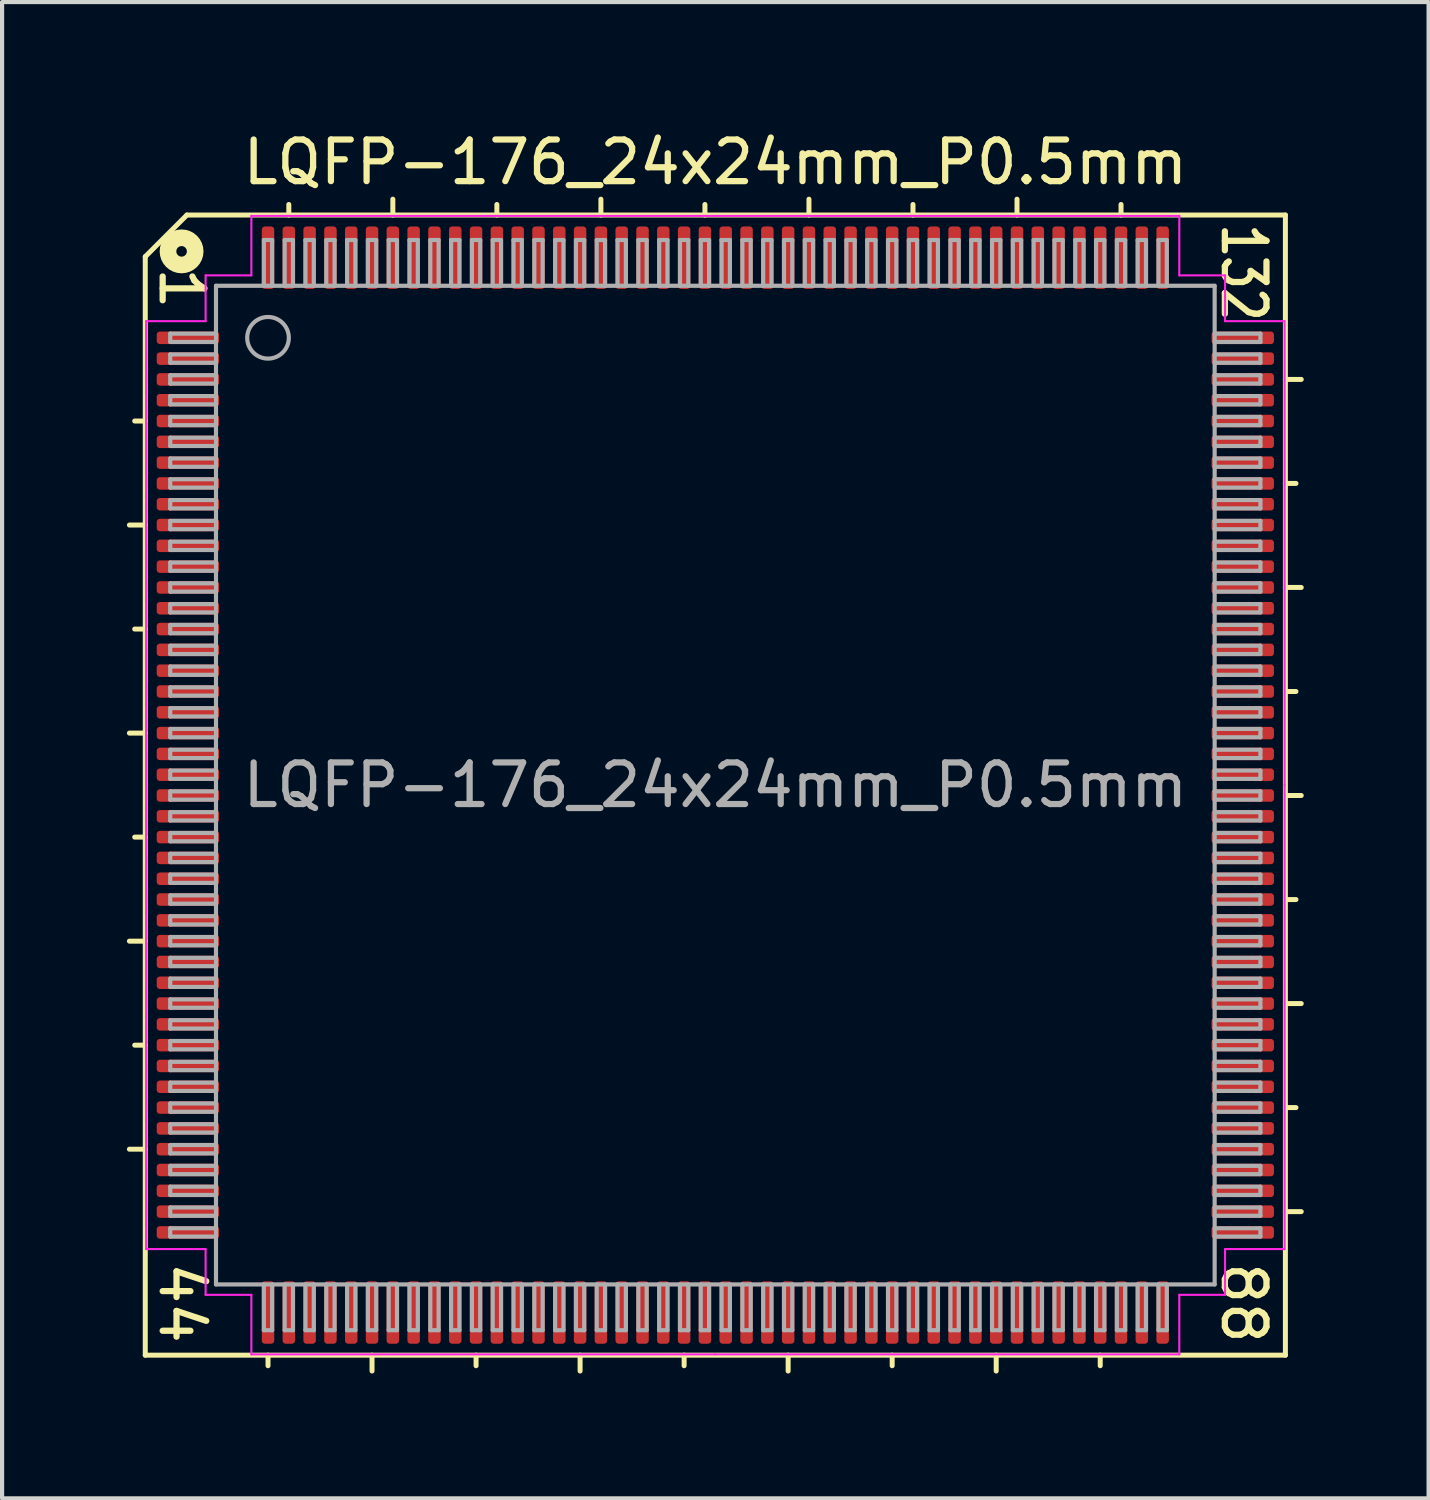
<source format=kicad_pcb>
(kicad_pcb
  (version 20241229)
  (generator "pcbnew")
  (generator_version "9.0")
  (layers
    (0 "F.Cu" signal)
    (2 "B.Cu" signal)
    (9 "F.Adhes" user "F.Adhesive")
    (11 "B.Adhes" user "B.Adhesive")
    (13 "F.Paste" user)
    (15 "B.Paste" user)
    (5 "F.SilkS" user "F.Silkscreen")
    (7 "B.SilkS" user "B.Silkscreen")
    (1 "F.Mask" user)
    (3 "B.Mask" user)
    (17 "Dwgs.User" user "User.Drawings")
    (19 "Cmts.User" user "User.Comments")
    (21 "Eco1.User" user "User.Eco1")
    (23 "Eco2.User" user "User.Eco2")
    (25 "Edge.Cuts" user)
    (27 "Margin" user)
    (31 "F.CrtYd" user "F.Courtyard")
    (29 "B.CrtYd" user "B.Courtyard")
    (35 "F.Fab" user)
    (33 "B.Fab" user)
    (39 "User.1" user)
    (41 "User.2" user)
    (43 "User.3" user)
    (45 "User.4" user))
  (footprint "LQFP-176_24x24mm_P0.5mm"
    (layer "F.Cu")
    (at 14.141 15.818)
    (property "Reference" "LQFP-176_24x24mm_P0.5mm" (at 0 -14.97 0) (layer "F.SilkS") (effects (font (size 1 1) (thickness 0.15))))
    (attr smd)
    (fp_line (start -13.7 -12.7) (end -13.7 13.7) (stroke (width 0.12) (type solid)) (layer "F.SilkS"))
    (fp_line (start -13.7 -8.75) (end -13.954 -8.75) (stroke (width 0.12) (type solid)) (layer "F.SilkS"))
    (fp_line (start -13.7 -6.25) (end -14.081 -6.25) (stroke (width 0.12) (type solid)) (layer "F.SilkS"))
    (fp_line (start -13.7 -3.75) (end -13.954 -3.75) (stroke (width 0.12) (type solid)) (layer "F.SilkS"))
    (fp_line (start -13.7 -1.25) (end -14.081 -1.25) (stroke (width 0.12) (type solid)) (layer "F.SilkS"))
    (fp_line (start -13.7 1.25) (end -13.954 1.25) (stroke (width 0.12) (type solid)) (layer "F.SilkS"))
    (fp_line (start -13.7 3.75) (end -14.081 3.75) (stroke (width 0.12) (type solid)) (layer "F.SilkS"))
    (fp_line (start -13.7 6.25) (end -13.954 6.25) (stroke (width 0.12) (type solid)) (layer "F.SilkS"))
    (fp_line (start -13.7 8.75) (end -14.081 8.75) (stroke (width 0.12) (type solid)) (layer "F.SilkS"))
    (fp_line (start -13.7 13.7) (end 13.7 13.7) (stroke (width 0.12) (type solid)) (layer "F.SilkS"))
    (fp_line (start -12.7 -13.7) (end -13.7 -12.7) (stroke (width 0.12) (type solid)) (layer "F.SilkS"))
    (fp_line (start -10.75 13.7) (end -10.75 13.954) (stroke (width 0.12) (type solid)) (layer "F.SilkS"))
    (fp_line (start -10.25 -13.7) (end -10.25 -13.954) (stroke (width 0.12) (type solid)) (layer "F.SilkS"))
    (fp_line (start -8.25 13.7) (end -8.25 14.081) (stroke (width 0.12) (type solid)) (layer "F.SilkS"))
    (fp_line (start -7.75 -13.7) (end -7.75 -14.081) (stroke (width 0.12) (type solid)) (layer "F.SilkS"))
    (fp_line (start -5.75 13.7) (end -5.75 13.954) (stroke (width 0.12) (type solid)) (layer "F.SilkS"))
    (fp_line (start -5.25 -13.7) (end -5.25 -13.954) (stroke (width 0.12) (type solid)) (layer "F.SilkS"))
    (fp_line (start -3.25 13.7) (end -3.25 14.081) (stroke (width 0.12) (type solid)) (layer "F.SilkS"))
    (fp_line (start -2.75 -13.7) (end -2.75 -14.081) (stroke (width 0.12) (type solid)) (layer "F.SilkS"))
    (fp_line (start -0.75 13.7) (end -0.75 13.954) (stroke (width 0.12) (type solid)) (layer "F.SilkS"))
    (fp_line (start -0.25 -13.7) (end -0.25 -13.954) (stroke (width 0.12) (type solid)) (layer "F.SilkS"))
    (fp_line (start 1.75 13.7) (end 1.75 14.081) (stroke (width 0.12) (type solid)) (layer "F.SilkS"))
    (fp_line (start 2.25 -13.7) (end 2.25 -14.081) (stroke (width 0.12) (type solid)) (layer "F.SilkS"))
    (fp_line (start 4.25 13.7) (end 4.25 13.954) (stroke (width 0.12) (type solid)) (layer "F.SilkS"))
    (fp_line (start 4.75 -13.7) (end 4.75 -13.954) (stroke (width 0.12) (type solid)) (layer "F.SilkS"))
    (fp_line (start 6.75 13.7) (end 6.75 14.081) (stroke (width 0.12) (type solid)) (layer "F.SilkS"))
    (fp_line (start 7.25 -13.7) (end 7.25 -14.081) (stroke (width 0.12) (type solid)) (layer "F.SilkS"))
    (fp_line (start 9.25 13.7) (end 9.25 13.954) (stroke (width 0.12) (type solid)) (layer "F.SilkS"))
    (fp_line (start 9.75 -13.7) (end 9.75 -13.954) (stroke (width 0.12) (type solid)) (layer "F.SilkS"))
    (fp_line (start 13.7 -13.7) (end -12.7 -13.7) (stroke (width 0.12) (type solid)) (layer "F.SilkS"))
    (fp_line (start 13.7 -9.75) (end 14.081 -9.75) (stroke (width 0.12) (type solid)) (layer "F.SilkS"))
    (fp_line (start 13.7 -7.25) (end 13.954 -7.25) (stroke (width 0.12) (type solid)) (layer "F.SilkS"))
    (fp_line (start 13.7 -4.75) (end 14.081 -4.75) (stroke (width 0.12) (type solid)) (layer "F.SilkS"))
    (fp_line (start 13.7 -2.25) (end 13.954 -2.25) (stroke (width 0.12) (type solid)) (layer "F.SilkS"))
    (fp_line (start 13.7 0.25) (end 14.081 0.25) (stroke (width 0.12) (type solid)) (layer "F.SilkS"))
    (fp_line (start 13.7 2.75) (end 13.954 2.75) (stroke (width 0.12) (type solid)) (layer "F.SilkS"))
    (fp_line (start 13.7 5.25) (end 14.081 5.25) (stroke (width 0.12) (type solid)) (layer "F.SilkS"))
    (fp_line (start 13.7 7.75) (end 13.954 7.75) (stroke (width 0.12) (type solid)) (layer "F.SilkS"))
    (fp_line (start 13.7 10.25) (end 14.081 10.25) (stroke (width 0.12) (type solid)) (layer "F.SilkS"))
    (fp_line (start 13.7 13.7) (end 13.7 -13.7) (stroke (width 0.12) (type solid)) (layer "F.SilkS"))
    (fp_circle (center -12.827 -12.827) (end -12.7 -12.827) (stroke (width 0.4) (type solid)) (fill no) (layer "F.SilkS"))
    (fp_line (start -13.68 -11.15) (end -13.68 0) (stroke (width 0.05) (type solid)) (layer "F.CrtYd"))
    (fp_line (start -13.68 11.15) (end -13.68 0) (stroke (width 0.05) (type solid)) (layer "F.CrtYd"))
    (fp_line (start -12.25 -12.25) (end -12.25 -11.15) (stroke (width 0.05) (type solid)) (layer "F.CrtYd"))
    (fp_line (start -12.25 -11.15) (end -13.68 -11.15) (stroke (width 0.05) (type solid)) (layer "F.CrtYd"))
    (fp_line (start -12.25 11.15) (end -13.68 11.15) (stroke (width 0.05) (type solid)) (layer "F.CrtYd"))
    (fp_line (start -12.25 12.25) (end -12.25 11.15) (stroke (width 0.05) (type solid)) (layer "F.CrtYd"))
    (fp_line (start -11.15 -13.68) (end -11.15 -12.25) (stroke (width 0.05) (type solid)) (layer "F.CrtYd"))
    (fp_line (start -11.15 -12.25) (end -12.25 -12.25) (stroke (width 0.05) (type solid)) (layer "F.CrtYd"))
    (fp_line (start -11.15 12.25) (end -12.25 12.25) (stroke (width 0.05) (type solid)) (layer "F.CrtYd"))
    (fp_line (start -11.15 13.68) (end -11.15 12.25) (stroke (width 0.05) (type solid)) (layer "F.CrtYd"))
    (fp_line (start 0 -13.68) (end -11.15 -13.68) (stroke (width 0.05) (type solid)) (layer "F.CrtYd"))
    (fp_line (start 0 -13.68) (end 11.15 -13.68) (stroke (width 0.05) (type solid)) (layer "F.CrtYd"))
    (fp_line (start 0 13.68) (end -11.15 13.68) (stroke (width 0.05) (type solid)) (layer "F.CrtYd"))
    (fp_line (start 0 13.68) (end 11.15 13.68) (stroke (width 0.05) (type solid)) (layer "F.CrtYd"))
    (fp_line (start 11.15 -13.68) (end 11.15 -12.25) (stroke (width 0.05) (type solid)) (layer "F.CrtYd"))
    (fp_line (start 11.15 -12.25) (end 12.25 -12.25) (stroke (width 0.05) (type solid)) (layer "F.CrtYd"))
    (fp_line (start 11.15 12.25) (end 12.25 12.25) (stroke (width 0.05) (type solid)) (layer "F.CrtYd"))
    (fp_line (start 11.15 13.68) (end 11.15 12.25) (stroke (width 0.05) (type solid)) (layer "F.CrtYd"))
    (fp_line (start 12.25 -12.25) (end 12.25 -11.15) (stroke (width 0.05) (type solid)) (layer "F.CrtYd"))
    (fp_line (start 12.25 -11.15) (end 13.68 -11.15) (stroke (width 0.05) (type solid)) (layer "F.CrtYd"))
    (fp_line (start 12.25 11.15) (end 13.68 11.15) (stroke (width 0.05) (type solid)) (layer "F.CrtYd"))
    (fp_line (start 12.25 12.25) (end 12.25 11.15) (stroke (width 0.05) (type solid)) (layer "F.CrtYd"))
    (fp_line (start 13.68 -11.15) (end 13.68 0) (stroke (width 0.05) (type solid)) (layer "F.CrtYd"))
    (fp_line (start 13.68 11.15) (end 13.68 0) (stroke (width 0.05) (type solid)) (layer "F.CrtYd"))
    (fp_line (start -13.1 -10.85) (end -13.1 -10.65) (stroke (width 0.1) (type solid)) (layer "F.Fab"))
    (fp_line (start -13.1 -10.85) (end -12 -10.85) (stroke (width 0.1) (type solid)) (layer "F.Fab"))
    (fp_line (start -13.1 -10.65) (end -12 -10.65) (stroke (width 0.1) (type solid)) (layer "F.Fab"))
    (fp_line (start -13.1 -10.35) (end -13.1 -10.15) (stroke (width 0.1) (type solid)) (layer "F.Fab"))
    (fp_line (start -13.1 -10.35) (end -12 -10.35) (stroke (width 0.1) (type solid)) (layer "F.Fab"))
    (fp_line (start -13.1 -10.15) (end -12 -10.15) (stroke (width 0.1) (type solid)) (layer "F.Fab"))
    (fp_line (start -13.1 -9.85) (end -13.1 -9.65) (stroke (width 0.1) (type solid)) (layer "F.Fab"))
    (fp_line (start -13.1 -9.85) (end -12 -9.85) (stroke (width 0.1) (type solid)) (layer "F.Fab"))
    (fp_line (start -13.1 -9.65) (end -12 -9.65) (stroke (width 0.1) (type solid)) (layer "F.Fab"))
    (fp_line (start -13.1 -9.35) (end -13.1 -9.15) (stroke (width 0.1) (type solid)) (layer "F.Fab"))
    (fp_line (start -13.1 -9.35) (end -12 -9.35) (stroke (width 0.1) (type solid)) (layer "F.Fab"))
    (fp_line (start -13.1 -9.15) (end -12 -9.15) (stroke (width 0.1) (type solid)) (layer "F.Fab"))
    (fp_line (start -13.1 -8.85) (end -13.1 -8.65) (stroke (width 0.1) (type solid)) (layer "F.Fab"))
    (fp_line (start -13.1 -8.85) (end -12 -8.85) (stroke (width 0.1) (type solid)) (layer "F.Fab"))
    (fp_line (start -13.1 -8.65) (end -12 -8.65) (stroke (width 0.1) (type solid)) (layer "F.Fab"))
    (fp_line (start -13.1 -8.35) (end -13.1 -8.15) (stroke (width 0.1) (type solid)) (layer "F.Fab"))
    (fp_line (start -13.1 -8.35) (end -12 -8.35) (stroke (width 0.1) (type solid)) (layer "F.Fab"))
    (fp_line (start -13.1 -8.15) (end -12 -8.15) (stroke (width 0.1) (type solid)) (layer "F.Fab"))
    (fp_line (start -13.1 -7.85) (end -13.1 -7.65) (stroke (width 0.1) (type solid)) (layer "F.Fab"))
    (fp_line (start -13.1 -7.85) (end -12 -7.85) (stroke (width 0.1) (type solid)) (layer "F.Fab"))
    (fp_line (start -13.1 -7.65) (end -12 -7.65) (stroke (width 0.1) (type solid)) (layer "F.Fab"))
    (fp_line (start -13.1 -7.35) (end -13.1 -7.15) (stroke (width 0.1) (type solid)) (layer "F.Fab"))
    (fp_line (start -13.1 -7.35) (end -12 -7.35) (stroke (width 0.1) (type solid)) (layer "F.Fab"))
    (fp_line (start -13.1 -7.15) (end -12 -7.15) (stroke (width 0.1) (type solid)) (layer "F.Fab"))
    (fp_line (start -13.1 -6.85) (end -13.1 -6.65) (stroke (width 0.1) (type solid)) (layer "F.Fab"))
    (fp_line (start -13.1 -6.85) (end -12 -6.85) (stroke (width 0.1) (type solid)) (layer "F.Fab"))
    (fp_line (start -13.1 -6.65) (end -12 -6.65) (stroke (width 0.1) (type solid)) (layer "F.Fab"))
    (fp_line (start -13.1 -6.35) (end -13.1 -6.15) (stroke (width 0.1) (type solid)) (layer "F.Fab"))
    (fp_line (start -13.1 -6.35) (end -12 -6.35) (stroke (width 0.1) (type solid)) (layer "F.Fab"))
    (fp_line (start -13.1 -6.15) (end -12 -6.15) (stroke (width 0.1) (type solid)) (layer "F.Fab"))
    (fp_line (start -13.1 -5.85) (end -13.1 -5.65) (stroke (width 0.1) (type solid)) (layer "F.Fab"))
    (fp_line (start -13.1 -5.85) (end -12 -5.85) (stroke (width 0.1) (type solid)) (layer "F.Fab"))
    (fp_line (start -13.1 -5.65) (end -12 -5.65) (stroke (width 0.1) (type solid)) (layer "F.Fab"))
    (fp_line (start -13.1 -5.35) (end -13.1 -5.15) (stroke (width 0.1) (type solid)) (layer "F.Fab"))
    (fp_line (start -13.1 -5.35) (end -12 -5.35) (stroke (width 0.1) (type solid)) (layer "F.Fab"))
    (fp_line (start -13.1 -5.15) (end -12 -5.15) (stroke (width 0.1) (type solid)) (layer "F.Fab"))
    (fp_line (start -13.1 -4.85) (end -13.1 -4.65) (stroke (width 0.1) (type solid)) (layer "F.Fab"))
    (fp_line (start -13.1 -4.85) (end -12 -4.85) (stroke (width 0.1) (type solid)) (layer "F.Fab"))
    (fp_line (start -13.1 -4.65) (end -12 -4.65) (stroke (width 0.1) (type solid)) (layer "F.Fab"))
    (fp_line (start -13.1 -4.35) (end -13.1 -4.15) (stroke (width 0.1) (type solid)) (layer "F.Fab"))
    (fp_line (start -13.1 -4.35) (end -12 -4.35) (stroke (width 0.1) (type solid)) (layer "F.Fab"))
    (fp_line (start -13.1 -4.15) (end -12 -4.15) (stroke (width 0.1) (type solid)) (layer "F.Fab"))
    (fp_line (start -13.1 -3.85) (end -13.1 -3.65) (stroke (width 0.1) (type solid)) (layer "F.Fab"))
    (fp_line (start -13.1 -3.85) (end -12 -3.85) (stroke (width 0.1) (type solid)) (layer "F.Fab"))
    (fp_line (start -13.1 -3.65) (end -12 -3.65) (stroke (width 0.1) (type solid)) (layer "F.Fab"))
    (fp_line (start -13.1 -3.35) (end -13.1 -3.15) (stroke (width 0.1) (type solid)) (layer "F.Fab"))
    (fp_line (start -13.1 -3.35) (end -12 -3.35) (stroke (width 0.1) (type solid)) (layer "F.Fab"))
    (fp_line (start -13.1 -3.15) (end -12 -3.15) (stroke (width 0.1) (type solid)) (layer "F.Fab"))
    (fp_line (start -13.1 -2.85) (end -13.1 -2.65) (stroke (width 0.1) (type solid)) (layer "F.Fab"))
    (fp_line (start -13.1 -2.85) (end -12 -2.85) (stroke (width 0.1) (type solid)) (layer "F.Fab"))
    (fp_line (start -13.1 -2.65) (end -12 -2.65) (stroke (width 0.1) (type solid)) (layer "F.Fab"))
    (fp_line (start -13.1 -2.35) (end -13.1 -2.15) (stroke (width 0.1) (type solid)) (layer "F.Fab"))
    (fp_line (start -13.1 -2.35) (end -12 -2.35) (stroke (width 0.1) (type solid)) (layer "F.Fab"))
    (fp_line (start -13.1 -2.15) (end -12 -2.15) (stroke (width 0.1) (type solid)) (layer "F.Fab"))
    (fp_line (start -13.1 -1.85) (end -13.1 -1.65) (stroke (width 0.1) (type solid)) (layer "F.Fab"))
    (fp_line (start -13.1 -1.85) (end -12 -1.85) (stroke (width 0.1) (type solid)) (layer "F.Fab"))
    (fp_line (start -13.1 -1.65) (end -12 -1.65) (stroke (width 0.1) (type solid)) (layer "F.Fab"))
    (fp_line (start -13.1 -1.35) (end -13.1 -1.15) (stroke (width 0.1) (type solid)) (layer "F.Fab"))
    (fp_line (start -13.1 -1.35) (end -12 -1.35) (stroke (width 0.1) (type solid)) (layer "F.Fab"))
    (fp_line (start -13.1 -1.15) (end -12 -1.15) (stroke (width 0.1) (type solid)) (layer "F.Fab"))
    (fp_line (start -13.1 -0.85) (end -13.1 -0.65) (stroke (width 0.1) (type solid)) (layer "F.Fab"))
    (fp_line (start -13.1 -0.85) (end -12 -0.85) (stroke (width 0.1) (type solid)) (layer "F.Fab"))
    (fp_line (start -13.1 -0.65) (end -12 -0.65) (stroke (width 0.1) (type solid)) (layer "F.Fab"))
    (fp_line (start -13.1 -0.35) (end -13.1 -0.15) (stroke (width 0.1) (type solid)) (layer "F.Fab"))
    (fp_line (start -13.1 -0.35) (end -12 -0.35) (stroke (width 0.1) (type solid)) (layer "F.Fab"))
    (fp_line (start -13.1 -0.15) (end -12 -0.15) (stroke (width 0.1) (type solid)) (layer "F.Fab"))
    (fp_line (start -13.1 0.15) (end -13.1 0.35) (stroke (width 0.1) (type solid)) (layer "F.Fab"))
    (fp_line (start -13.1 0.15) (end -12 0.15) (stroke (width 0.1) (type solid)) (layer "F.Fab"))
    (fp_line (start -13.1 0.35) (end -12 0.35) (stroke (width 0.1) (type solid)) (layer "F.Fab"))
    (fp_line (start -13.1 0.65) (end -13.1 0.85) (stroke (width 0.1) (type solid)) (layer "F.Fab"))
    (fp_line (start -13.1 0.65) (end -12 0.65) (stroke (width 0.1) (type solid)) (layer "F.Fab"))
    (fp_line (start -13.1 0.85) (end -12 0.85) (stroke (width 0.1) (type solid)) (layer "F.Fab"))
    (fp_line (start -13.1 1.15) (end -13.1 1.35) (stroke (width 0.1) (type solid)) (layer "F.Fab"))
    (fp_line (start -13.1 1.15) (end -12 1.15) (stroke (width 0.1) (type solid)) (layer "F.Fab"))
    (fp_line (start -13.1 1.35) (end -12 1.35) (stroke (width 0.1) (type solid)) (layer "F.Fab"))
    (fp_line (start -13.1 1.65) (end -13.1 1.85) (stroke (width 0.1) (type solid)) (layer "F.Fab"))
    (fp_line (start -13.1 1.65) (end -12 1.65) (stroke (width 0.1) (type solid)) (layer "F.Fab"))
    (fp_line (start -13.1 1.85) (end -12 1.85) (stroke (width 0.1) (type solid)) (layer "F.Fab"))
    (fp_line (start -13.1 2.15) (end -13.1 2.35) (stroke (width 0.1) (type solid)) (layer "F.Fab"))
    (fp_line (start -13.1 2.15) (end -12 2.15) (stroke (width 0.1) (type solid)) (layer "F.Fab"))
    (fp_line (start -13.1 2.35) (end -12 2.35) (stroke (width 0.1) (type solid)) (layer "F.Fab"))
    (fp_line (start -13.1 2.65) (end -13.1 2.85) (stroke (width 0.1) (type solid)) (layer "F.Fab"))
    (fp_line (start -13.1 2.65) (end -12 2.65) (stroke (width 0.1) (type solid)) (layer "F.Fab"))
    (fp_line (start -13.1 2.85) (end -12 2.85) (stroke (width 0.1) (type solid)) (layer "F.Fab"))
    (fp_line (start -13.1 3.15) (end -13.1 3.35) (stroke (width 0.1) (type solid)) (layer "F.Fab"))
    (fp_line (start -13.1 3.15) (end -12 3.15) (stroke (width 0.1) (type solid)) (layer "F.Fab"))
    (fp_line (start -13.1 3.35) (end -12 3.35) (stroke (width 0.1) (type solid)) (layer "F.Fab"))
    (fp_line (start -13.1 3.65) (end -13.1 3.85) (stroke (width 0.1) (type solid)) (layer "F.Fab"))
    (fp_line (start -13.1 3.65) (end -12 3.65) (stroke (width 0.1) (type solid)) (layer "F.Fab"))
    (fp_line (start -13.1 3.85) (end -12 3.85) (stroke (width 0.1) (type solid)) (layer "F.Fab"))
    (fp_line (start -13.1 4.15) (end -13.1 4.35) (stroke (width 0.1) (type solid)) (layer "F.Fab"))
    (fp_line (start -13.1 4.15) (end -12 4.15) (stroke (width 0.1) (type solid)) (layer "F.Fab"))
    (fp_line (start -13.1 4.35) (end -12 4.35) (stroke (width 0.1) (type solid)) (layer "F.Fab"))
    (fp_line (start -13.1 4.65) (end -13.1 4.85) (stroke (width 0.1) (type solid)) (layer "F.Fab"))
    (fp_line (start -13.1 4.65) (end -12 4.65) (stroke (width 0.1) (type solid)) (layer "F.Fab"))
    (fp_line (start -13.1 4.85) (end -12 4.85) (stroke (width 0.1) (type solid)) (layer "F.Fab"))
    (fp_line (start -13.1 5.15) (end -13.1 5.35) (stroke (width 0.1) (type solid)) (layer "F.Fab"))
    (fp_line (start -13.1 5.15) (end -12 5.15) (stroke (width 0.1) (type solid)) (layer "F.Fab"))
    (fp_line (start -13.1 5.35) (end -12 5.35) (stroke (width 0.1) (type solid)) (layer "F.Fab"))
    (fp_line (start -13.1 5.65) (end -13.1 5.85) (stroke (width 0.1) (type solid)) (layer "F.Fab"))
    (fp_line (start -13.1 5.65) (end -12 5.65) (stroke (width 0.1) (type solid)) (layer "F.Fab"))
    (fp_line (start -13.1 5.85) (end -12 5.85) (stroke (width 0.1) (type solid)) (layer "F.Fab"))
    (fp_line (start -13.1 6.15) (end -13.1 6.35) (stroke (width 0.1) (type solid)) (layer "F.Fab"))
    (fp_line (start -13.1 6.15) (end -12 6.15) (stroke (width 0.1) (type solid)) (layer "F.Fab"))
    (fp_line (start -13.1 6.35) (end -12 6.35) (stroke (width 0.1) (type solid)) (layer "F.Fab"))
    (fp_line (start -13.1 6.65) (end -13.1 6.85) (stroke (width 0.1) (type solid)) (layer "F.Fab"))
    (fp_line (start -13.1 6.65) (end -12 6.65) (stroke (width 0.1) (type solid)) (layer "F.Fab"))
    (fp_line (start -13.1 6.85) (end -12 6.85) (stroke (width 0.1) (type solid)) (layer "F.Fab"))
    (fp_line (start -13.1 7.15) (end -13.1 7.35) (stroke (width 0.1) (type solid)) (layer "F.Fab"))
    (fp_line (start -13.1 7.15) (end -12 7.15) (stroke (width 0.1) (type solid)) (layer "F.Fab"))
    (fp_line (start -13.1 7.35) (end -12 7.35) (stroke (width 0.1) (type solid)) (layer "F.Fab"))
    (fp_line (start -13.1 7.65) (end -13.1 7.85) (stroke (width 0.1) (type solid)) (layer "F.Fab"))
    (fp_line (start -13.1 7.65) (end -12 7.65) (stroke (width 0.1) (type solid)) (layer "F.Fab"))
    (fp_line (start -13.1 7.85) (end -12 7.85) (stroke (width 0.1) (type solid)) (layer "F.Fab"))
    (fp_line (start -13.1 8.15) (end -13.1 8.35) (stroke (width 0.1) (type solid)) (layer "F.Fab"))
    (fp_line (start -13.1 8.15) (end -12 8.15) (stroke (width 0.1) (type solid)) (layer "F.Fab"))
    (fp_line (start -13.1 8.35) (end -12 8.35) (stroke (width 0.1) (type solid)) (layer "F.Fab"))
    (fp_line (start -13.1 8.65) (end -13.1 8.85) (stroke (width 0.1) (type solid)) (layer "F.Fab"))
    (fp_line (start -13.1 8.65) (end -12 8.65) (stroke (width 0.1) (type solid)) (layer "F.Fab"))
    (fp_line (start -13.1 8.85) (end -12 8.85) (stroke (width 0.1) (type solid)) (layer "F.Fab"))
    (fp_line (start -13.1 9.15) (end -13.1 9.35) (stroke (width 0.1) (type solid)) (layer "F.Fab"))
    (fp_line (start -13.1 9.15) (end -12 9.15) (stroke (width 0.1) (type solid)) (layer "F.Fab"))
    (fp_line (start -13.1 9.35) (end -12 9.35) (stroke (width 0.1) (type solid)) (layer "F.Fab"))
    (fp_line (start -13.1 9.65) (end -13.1 9.85) (stroke (width 0.1) (type solid)) (layer "F.Fab"))
    (fp_line (start -13.1 9.65) (end -12 9.65) (stroke (width 0.1) (type solid)) (layer "F.Fab"))
    (fp_line (start -13.1 9.85) (end -12 9.85) (stroke (width 0.1) (type solid)) (layer "F.Fab"))
    (fp_line (start -13.1 10.15) (end -13.1 10.35) (stroke (width 0.1) (type solid)) (layer "F.Fab"))
    (fp_line (start -13.1 10.15) (end -12 10.15) (stroke (width 0.1) (type solid)) (layer "F.Fab"))
    (fp_line (start -13.1 10.35) (end -12 10.35) (stroke (width 0.1) (type solid)) (layer "F.Fab"))
    (fp_line (start -13.1 10.65) (end -13.1 10.85) (stroke (width 0.1) (type solid)) (layer "F.Fab"))
    (fp_line (start -13.1 10.65) (end -12 10.65) (stroke (width 0.1) (type solid)) (layer "F.Fab"))
    (fp_line (start -13.1 10.85) (end -12 10.85) (stroke (width 0.1) (type solid)) (layer "F.Fab"))
    (fp_line (start -12 -12) (end 12 -12) (stroke (width 0.1) (type solid)) (layer "F.Fab"))
    (fp_line (start -12 12) (end -12 -12) (stroke (width 0.1) (type solid)) (layer "F.Fab"))
    (fp_line (start -10.85 -13.1) (end -10.85 -12) (stroke (width 0.1) (type solid)) (layer "F.Fab"))
    (fp_line (start -10.85 13.1) (end -10.85 12) (stroke (width 0.1) (type solid)) (layer "F.Fab"))
    (fp_line (start -10.85 13.1) (end -10.65 13.1) (stroke (width 0.1) (type solid)) (layer "F.Fab"))
    (fp_line (start -10.65 -13.1) (end -10.85 -13.1) (stroke (width 0.1) (type solid)) (layer "F.Fab"))
    (fp_line (start -10.65 -13.1) (end -10.65 -12) (stroke (width 0.1) (type solid)) (layer "F.Fab"))
    (fp_line (start -10.65 13.1) (end -10.65 12) (stroke (width 0.1) (type solid)) (layer "F.Fab"))
    (fp_line (start -10.35 -13.1) (end -10.35 -12) (stroke (width 0.1) (type solid)) (layer "F.Fab"))
    (fp_line (start -10.35 13.1) (end -10.35 12) (stroke (width 0.1) (type solid)) (layer "F.Fab"))
    (fp_line (start -10.35 13.1) (end -10.15 13.1) (stroke (width 0.1) (type solid)) (layer "F.Fab"))
    (fp_line (start -10.15 -13.1) (end -10.35 -13.1) (stroke (width 0.1) (type solid)) (layer "F.Fab"))
    (fp_line (start -10.15 -13.1) (end -10.15 -12) (stroke (width 0.1) (type solid)) (layer "F.Fab"))
    (fp_line (start -10.15 13.1) (end -10.15 12) (stroke (width 0.1) (type solid)) (layer "F.Fab"))
    (fp_line (start -9.85 -13.1) (end -9.85 -12) (stroke (width 0.1) (type solid)) (layer "F.Fab"))
    (fp_line (start -9.85 13.1) (end -9.85 12) (stroke (width 0.1) (type solid)) (layer "F.Fab"))
    (fp_line (start -9.85 13.1) (end -9.65 13.1) (stroke (width 0.1) (type solid)) (layer "F.Fab"))
    (fp_line (start -9.65 -13.1) (end -9.85 -13.1) (stroke (width 0.1) (type solid)) (layer "F.Fab"))
    (fp_line (start -9.65 -13.1) (end -9.65 -12) (stroke (width 0.1) (type solid)) (layer "F.Fab"))
    (fp_line (start -9.65 13.1) (end -9.65 12) (stroke (width 0.1) (type solid)) (layer "F.Fab"))
    (fp_line (start -9.35 -13.1) (end -9.35 -12) (stroke (width 0.1) (type solid)) (layer "F.Fab"))
    (fp_line (start -9.35 13.1) (end -9.35 12) (stroke (width 0.1) (type solid)) (layer "F.Fab"))
    (fp_line (start -9.35 13.1) (end -9.15 13.1) (stroke (width 0.1) (type solid)) (layer "F.Fab"))
    (fp_line (start -9.15 -13.1) (end -9.35 -13.1) (stroke (width 0.1) (type solid)) (layer "F.Fab"))
    (fp_line (start -9.15 -13.1) (end -9.15 -12) (stroke (width 0.1) (type solid)) (layer "F.Fab"))
    (fp_line (start -9.15 13.1) (end -9.15 12) (stroke (width 0.1) (type solid)) (layer "F.Fab"))
    (fp_line (start -8.85 -13.1) (end -8.85 -12) (stroke (width 0.1) (type solid)) (layer "F.Fab"))
    (fp_line (start -8.85 13.1) (end -8.85 12) (stroke (width 0.1) (type solid)) (layer "F.Fab"))
    (fp_line (start -8.85 13.1) (end -8.65 13.1) (stroke (width 0.1) (type solid)) (layer "F.Fab"))
    (fp_line (start -8.65 -13.1) (end -8.85 -13.1) (stroke (width 0.1) (type solid)) (layer "F.Fab"))
    (fp_line (start -8.65 -13.1) (end -8.65 -12) (stroke (width 0.1) (type solid)) (layer "F.Fab"))
    (fp_line (start -8.65 13.1) (end -8.65 12) (stroke (width 0.1) (type solid)) (layer "F.Fab"))
    (fp_line (start -8.35 -13.1) (end -8.35 -12) (stroke (width 0.1) (type solid)) (layer "F.Fab"))
    (fp_line (start -8.35 13.1) (end -8.35 12) (stroke (width 0.1) (type solid)) (layer "F.Fab"))
    (fp_line (start -8.35 13.1) (end -8.15 13.1) (stroke (width 0.1) (type solid)) (layer "F.Fab"))
    (fp_line (start -8.15 -13.1) (end -8.35 -13.1) (stroke (width 0.1) (type solid)) (layer "F.Fab"))
    (fp_line (start -8.15 -13.1) (end -8.15 -12) (stroke (width 0.1) (type solid)) (layer "F.Fab"))
    (fp_line (start -8.15 13.1) (end -8.15 12) (stroke (width 0.1) (type solid)) (layer "F.Fab"))
    (fp_line (start -7.85 -13.1) (end -7.85 -12) (stroke (width 0.1) (type solid)) (layer "F.Fab"))
    (fp_line (start -7.85 13.1) (end -7.85 12) (stroke (width 0.1) (type solid)) (layer "F.Fab"))
    (fp_line (start -7.85 13.1) (end -7.65 13.1) (stroke (width 0.1) (type solid)) (layer "F.Fab"))
    (fp_line (start -7.65 -13.1) (end -7.85 -13.1) (stroke (width 0.1) (type solid)) (layer "F.Fab"))
    (fp_line (start -7.65 -13.1) (end -7.65 -12) (stroke (width 0.1) (type solid)) (layer "F.Fab"))
    (fp_line (start -7.65 13.1) (end -7.65 12) (stroke (width 0.1) (type solid)) (layer "F.Fab"))
    (fp_line (start -7.35 -13.1) (end -7.35 -12) (stroke (width 0.1) (type solid)) (layer "F.Fab"))
    (fp_line (start -7.35 13.1) (end -7.35 12) (stroke (width 0.1) (type solid)) (layer "F.Fab"))
    (fp_line (start -7.35 13.1) (end -7.15 13.1) (stroke (width 0.1) (type solid)) (layer "F.Fab"))
    (fp_line (start -7.15 -13.1) (end -7.35 -13.1) (stroke (width 0.1) (type solid)) (layer "F.Fab"))
    (fp_line (start -7.15 -13.1) (end -7.15 -12) (stroke (width 0.1) (type solid)) (layer "F.Fab"))
    (fp_line (start -7.15 13.1) (end -7.15 12) (stroke (width 0.1) (type solid)) (layer "F.Fab"))
    (fp_line (start -6.85 -13.1) (end -6.85 -12) (stroke (width 0.1) (type solid)) (layer "F.Fab"))
    (fp_line (start -6.85 13.1) (end -6.85 12) (stroke (width 0.1) (type solid)) (layer "F.Fab"))
    (fp_line (start -6.85 13.1) (end -6.65 13.1) (stroke (width 0.1) (type solid)) (layer "F.Fab"))
    (fp_line (start -6.65 -13.1) (end -6.85 -13.1) (stroke (width 0.1) (type solid)) (layer "F.Fab"))
    (fp_line (start -6.65 -13.1) (end -6.65 -12) (stroke (width 0.1) (type solid)) (layer "F.Fab"))
    (fp_line (start -6.65 13.1) (end -6.65 12) (stroke (width 0.1) (type solid)) (layer "F.Fab"))
    (fp_line (start -6.35 -13.1) (end -6.35 -12) (stroke (width 0.1) (type solid)) (layer "F.Fab"))
    (fp_line (start -6.35 13.1) (end -6.35 12) (stroke (width 0.1) (type solid)) (layer "F.Fab"))
    (fp_line (start -6.35 13.1) (end -6.15 13.1) (stroke (width 0.1) (type solid)) (layer "F.Fab"))
    (fp_line (start -6.15 -13.1) (end -6.35 -13.1) (stroke (width 0.1) (type solid)) (layer "F.Fab"))
    (fp_line (start -6.15 -13.1) (end -6.15 -12) (stroke (width 0.1) (type solid)) (layer "F.Fab"))
    (fp_line (start -6.15 13.1) (end -6.15 12) (stroke (width 0.1) (type solid)) (layer "F.Fab"))
    (fp_line (start -5.85 -13.1) (end -5.85 -12) (stroke (width 0.1) (type solid)) (layer "F.Fab"))
    (fp_line (start -5.85 13.1) (end -5.85 12) (stroke (width 0.1) (type solid)) (layer "F.Fab"))
    (fp_line (start -5.85 13.1) (end -5.65 13.1) (stroke (width 0.1) (type solid)) (layer "F.Fab"))
    (fp_line (start -5.65 -13.1) (end -5.85 -13.1) (stroke (width 0.1) (type solid)) (layer "F.Fab"))
    (fp_line (start -5.65 -13.1) (end -5.65 -12) (stroke (width 0.1) (type solid)) (layer "F.Fab"))
    (fp_line (start -5.65 13.1) (end -5.65 12) (stroke (width 0.1) (type solid)) (layer "F.Fab"))
    (fp_line (start -5.35 -13.1) (end -5.35 -12) (stroke (width 0.1) (type solid)) (layer "F.Fab"))
    (fp_line (start -5.35 13.1) (end -5.35 12) (stroke (width 0.1) (type solid)) (layer "F.Fab"))
    (fp_line (start -5.35 13.1) (end -5.15 13.1) (stroke (width 0.1) (type solid)) (layer "F.Fab"))
    (fp_line (start -5.15 -13.1) (end -5.35 -13.1) (stroke (width 0.1) (type solid)) (layer "F.Fab"))
    (fp_line (start -5.15 -13.1) (end -5.15 -12) (stroke (width 0.1) (type solid)) (layer "F.Fab"))
    (fp_line (start -5.15 13.1) (end -5.15 12) (stroke (width 0.1) (type solid)) (layer "F.Fab"))
    (fp_line (start -4.85 -13.1) (end -4.85 -12) (stroke (width 0.1) (type solid)) (layer "F.Fab"))
    (fp_line (start -4.85 13.1) (end -4.85 12) (stroke (width 0.1) (type solid)) (layer "F.Fab"))
    (fp_line (start -4.85 13.1) (end -4.65 13.1) (stroke (width 0.1) (type solid)) (layer "F.Fab"))
    (fp_line (start -4.65 -13.1) (end -4.85 -13.1) (stroke (width 0.1) (type solid)) (layer "F.Fab"))
    (fp_line (start -4.65 -13.1) (end -4.65 -12) (stroke (width 0.1) (type solid)) (layer "F.Fab"))
    (fp_line (start -4.65 13.1) (end -4.65 12) (stroke (width 0.1) (type solid)) (layer "F.Fab"))
    (fp_line (start -4.35 -13.1) (end -4.35 -12) (stroke (width 0.1) (type solid)) (layer "F.Fab"))
    (fp_line (start -4.35 13.1) (end -4.35 12) (stroke (width 0.1) (type solid)) (layer "F.Fab"))
    (fp_line (start -4.35 13.1) (end -4.15 13.1) (stroke (width 0.1) (type solid)) (layer "F.Fab"))
    (fp_line (start -4.15 -13.1) (end -4.35 -13.1) (stroke (width 0.1) (type solid)) (layer "F.Fab"))
    (fp_line (start -4.15 -13.1) (end -4.15 -12) (stroke (width 0.1) (type solid)) (layer "F.Fab"))
    (fp_line (start -4.15 13.1) (end -4.15 12) (stroke (width 0.1) (type solid)) (layer "F.Fab"))
    (fp_line (start -3.85 -13.1) (end -3.85 -12) (stroke (width 0.1) (type solid)) (layer "F.Fab"))
    (fp_line (start -3.85 13.1) (end -3.85 12) (stroke (width 0.1) (type solid)) (layer "F.Fab"))
    (fp_line (start -3.85 13.1) (end -3.65 13.1) (stroke (width 0.1) (type solid)) (layer "F.Fab"))
    (fp_line (start -3.65 -13.1) (end -3.85 -13.1) (stroke (width 0.1) (type solid)) (layer "F.Fab"))
    (fp_line (start -3.65 -13.1) (end -3.65 -12) (stroke (width 0.1) (type solid)) (layer "F.Fab"))
    (fp_line (start -3.65 13.1) (end -3.65 12) (stroke (width 0.1) (type solid)) (layer "F.Fab"))
    (fp_line (start -3.35 -13.1) (end -3.35 -12) (stroke (width 0.1) (type solid)) (layer "F.Fab"))
    (fp_line (start -3.35 13.1) (end -3.35 12) (stroke (width 0.1) (type solid)) (layer "F.Fab"))
    (fp_line (start -3.35 13.1) (end -3.15 13.1) (stroke (width 0.1) (type solid)) (layer "F.Fab"))
    (fp_line (start -3.15 -13.1) (end -3.35 -13.1) (stroke (width 0.1) (type solid)) (layer "F.Fab"))
    (fp_line (start -3.15 -13.1) (end -3.15 -12) (stroke (width 0.1) (type solid)) (layer "F.Fab"))
    (fp_line (start -3.15 13.1) (end -3.15 12) (stroke (width 0.1) (type solid)) (layer "F.Fab"))
    (fp_line (start -2.85 -13.1) (end -2.85 -12) (stroke (width 0.1) (type solid)) (layer "F.Fab"))
    (fp_line (start -2.85 13.1) (end -2.85 12) (stroke (width 0.1) (type solid)) (layer "F.Fab"))
    (fp_line (start -2.85 13.1) (end -2.65 13.1) (stroke (width 0.1) (type solid)) (layer "F.Fab"))
    (fp_line (start -2.65 -13.1) (end -2.85 -13.1) (stroke (width 0.1) (type solid)) (layer "F.Fab"))
    (fp_line (start -2.65 -13.1) (end -2.65 -12) (stroke (width 0.1) (type solid)) (layer "F.Fab"))
    (fp_line (start -2.65 13.1) (end -2.65 12) (stroke (width 0.1) (type solid)) (layer "F.Fab"))
    (fp_line (start -2.35 -13.1) (end -2.35 -12) (stroke (width 0.1) (type solid)) (layer "F.Fab"))
    (fp_line (start -2.35 13.1) (end -2.35 12) (stroke (width 0.1) (type solid)) (layer "F.Fab"))
    (fp_line (start -2.35 13.1) (end -2.15 13.1) (stroke (width 0.1) (type solid)) (layer "F.Fab"))
    (fp_line (start -2.15 -13.1) (end -2.35 -13.1) (stroke (width 0.1) (type solid)) (layer "F.Fab"))
    (fp_line (start -2.15 -13.1) (end -2.15 -12) (stroke (width 0.1) (type solid)) (layer "F.Fab"))
    (fp_line (start -2.15 13.1) (end -2.15 12) (stroke (width 0.1) (type solid)) (layer "F.Fab"))
    (fp_line (start -1.85 -13.1) (end -1.85 -12) (stroke (width 0.1) (type solid)) (layer "F.Fab"))
    (fp_line (start -1.85 13.1) (end -1.85 12) (stroke (width 0.1) (type solid)) (layer "F.Fab"))
    (fp_line (start -1.85 13.1) (end -1.65 13.1) (stroke (width 0.1) (type solid)) (layer "F.Fab"))
    (fp_line (start -1.65 -13.1) (end -1.85 -13.1) (stroke (width 0.1) (type solid)) (layer "F.Fab"))
    (fp_line (start -1.65 -13.1) (end -1.65 -12) (stroke (width 0.1) (type solid)) (layer "F.Fab"))
    (fp_line (start -1.65 13.1) (end -1.65 12) (stroke (width 0.1) (type solid)) (layer "F.Fab"))
    (fp_line (start -1.35 -13.1) (end -1.35 -12) (stroke (width 0.1) (type solid)) (layer "F.Fab"))
    (fp_line (start -1.35 13.1) (end -1.35 12) (stroke (width 0.1) (type solid)) (layer "F.Fab"))
    (fp_line (start -1.35 13.1) (end -1.15 13.1) (stroke (width 0.1) (type solid)) (layer "F.Fab"))
    (fp_line (start -1.15 -13.1) (end -1.35 -13.1) (stroke (width 0.1) (type solid)) (layer "F.Fab"))
    (fp_line (start -1.15 -13.1) (end -1.15 -12) (stroke (width 0.1) (type solid)) (layer "F.Fab"))
    (fp_line (start -1.15 13.1) (end -1.15 12) (stroke (width 0.1) (type solid)) (layer "F.Fab"))
    (fp_line (start -0.85 -13.1) (end -0.85 -12) (stroke (width 0.1) (type solid)) (layer "F.Fab"))
    (fp_line (start -0.85 13.1) (end -0.85 12) (stroke (width 0.1) (type solid)) (layer "F.Fab"))
    (fp_line (start -0.85 13.1) (end -0.65 13.1) (stroke (width 0.1) (type solid)) (layer "F.Fab"))
    (fp_line (start -0.65 -13.1) (end -0.85 -13.1) (stroke (width 0.1) (type solid)) (layer "F.Fab"))
    (fp_line (start -0.65 -13.1) (end -0.65 -12) (stroke (width 0.1) (type solid)) (layer "F.Fab"))
    (fp_line (start -0.65 13.1) (end -0.65 12) (stroke (width 0.1) (type solid)) (layer "F.Fab"))
    (fp_line (start -0.35 -13.1) (end -0.35 -12) (stroke (width 0.1) (type solid)) (layer "F.Fab"))
    (fp_line (start -0.35 13.1) (end -0.35 12) (stroke (width 0.1) (type solid)) (layer "F.Fab"))
    (fp_line (start -0.35 13.1) (end -0.15 13.1) (stroke (width 0.1) (type solid)) (layer "F.Fab"))
    (fp_line (start -0.15 -13.1) (end -0.35 -13.1) (stroke (width 0.1) (type solid)) (layer "F.Fab"))
    (fp_line (start -0.15 -13.1) (end -0.15 -12) (stroke (width 0.1) (type solid)) (layer "F.Fab"))
    (fp_line (start -0.15 13.1) (end -0.15 12) (stroke (width 0.1) (type solid)) (layer "F.Fab"))
    (fp_line (start 0.15 -13.1) (end 0.15 -12) (stroke (width 0.1) (type solid)) (layer "F.Fab"))
    (fp_line (start 0.15 13.1) (end 0.15 12) (stroke (width 0.1) (type solid)) (layer "F.Fab"))
    (fp_line (start 0.15 13.1) (end 0.35 13.1) (stroke (width 0.1) (type solid)) (layer "F.Fab"))
    (fp_line (start 0.35 -13.1) (end 0.15 -13.1) (stroke (width 0.1) (type solid)) (layer "F.Fab"))
    (fp_line (start 0.35 -13.1) (end 0.35 -12) (stroke (width 0.1) (type solid)) (layer "F.Fab"))
    (fp_line (start 0.35 13.1) (end 0.35 12) (stroke (width 0.1) (type solid)) (layer "F.Fab"))
    (fp_line (start 0.65 -13.1) (end 0.65 -12) (stroke (width 0.1) (type solid)) (layer "F.Fab"))
    (fp_line (start 0.65 13.1) (end 0.65 12) (stroke (width 0.1) (type solid)) (layer "F.Fab"))
    (fp_line (start 0.65 13.1) (end 0.85 13.1) (stroke (width 0.1) (type solid)) (layer "F.Fab"))
    (fp_line (start 0.85 -13.1) (end 0.65 -13.1) (stroke (width 0.1) (type solid)) (layer "F.Fab"))
    (fp_line (start 0.85 -13.1) (end 0.85 -12) (stroke (width 0.1) (type solid)) (layer "F.Fab"))
    (fp_line (start 0.85 13.1) (end 0.85 12) (stroke (width 0.1) (type solid)) (layer "F.Fab"))
    (fp_line (start 1.15 -13.1) (end 1.15 -12) (stroke (width 0.1) (type solid)) (layer "F.Fab"))
    (fp_line (start 1.15 13.1) (end 1.15 12) (stroke (width 0.1) (type solid)) (layer "F.Fab"))
    (fp_line (start 1.15 13.1) (end 1.35 13.1) (stroke (width 0.1) (type solid)) (layer "F.Fab"))
    (fp_line (start 1.35 -13.1) (end 1.15 -13.1) (stroke (width 0.1) (type solid)) (layer "F.Fab"))
    (fp_line (start 1.35 -13.1) (end 1.35 -12) (stroke (width 0.1) (type solid)) (layer "F.Fab"))
    (fp_line (start 1.35 13.1) (end 1.35 12) (stroke (width 0.1) (type solid)) (layer "F.Fab"))
    (fp_line (start 1.65 -13.1) (end 1.65 -12) (stroke (width 0.1) (type solid)) (layer "F.Fab"))
    (fp_line (start 1.65 13.1) (end 1.65 12) (stroke (width 0.1) (type solid)) (layer "F.Fab"))
    (fp_line (start 1.65 13.1) (end 1.85 13.1) (stroke (width 0.1) (type solid)) (layer "F.Fab"))
    (fp_line (start 1.85 -13.1) (end 1.65 -13.1) (stroke (width 0.1) (type solid)) (layer "F.Fab"))
    (fp_line (start 1.85 -13.1) (end 1.85 -12) (stroke (width 0.1) (type solid)) (layer "F.Fab"))
    (fp_line (start 1.85 13.1) (end 1.85 12) (stroke (width 0.1) (type solid)) (layer "F.Fab"))
    (fp_line (start 2.15 -13.1) (end 2.15 -12) (stroke (width 0.1) (type solid)) (layer "F.Fab"))
    (fp_line (start 2.15 13.1) (end 2.15 12) (stroke (width 0.1) (type solid)) (layer "F.Fab"))
    (fp_line (start 2.15 13.1) (end 2.35 13.1) (stroke (width 0.1) (type solid)) (layer "F.Fab"))
    (fp_line (start 2.35 -13.1) (end 2.15 -13.1) (stroke (width 0.1) (type solid)) (layer "F.Fab"))
    (fp_line (start 2.35 -13.1) (end 2.35 -12) (stroke (width 0.1) (type solid)) (layer "F.Fab"))
    (fp_line (start 2.35 13.1) (end 2.35 12) (stroke (width 0.1) (type solid)) (layer "F.Fab"))
    (fp_line (start 2.65 -13.1) (end 2.65 -12) (stroke (width 0.1) (type solid)) (layer "F.Fab"))
    (fp_line (start 2.65 13.1) (end 2.65 12) (stroke (width 0.1) (type solid)) (layer "F.Fab"))
    (fp_line (start 2.65 13.1) (end 2.85 13.1) (stroke (width 0.1) (type solid)) (layer "F.Fab"))
    (fp_line (start 2.85 -13.1) (end 2.65 -13.1) (stroke (width 0.1) (type solid)) (layer "F.Fab"))
    (fp_line (start 2.85 -13.1) (end 2.85 -12) (stroke (width 0.1) (type solid)) (layer "F.Fab"))
    (fp_line (start 2.85 13.1) (end 2.85 12) (stroke (width 0.1) (type solid)) (layer "F.Fab"))
    (fp_line (start 3.15 -13.1) (end 3.15 -12) (stroke (width 0.1) (type solid)) (layer "F.Fab"))
    (fp_line (start 3.15 13.1) (end 3.15 12) (stroke (width 0.1) (type solid)) (layer "F.Fab"))
    (fp_line (start 3.15 13.1) (end 3.35 13.1) (stroke (width 0.1) (type solid)) (layer "F.Fab"))
    (fp_line (start 3.35 -13.1) (end 3.15 -13.1) (stroke (width 0.1) (type solid)) (layer "F.Fab"))
    (fp_line (start 3.35 -13.1) (end 3.35 -12) (stroke (width 0.1) (type solid)) (layer "F.Fab"))
    (fp_line (start 3.35 13.1) (end 3.35 12) (stroke (width 0.1) (type solid)) (layer "F.Fab"))
    (fp_line (start 3.65 -13.1) (end 3.65 -12) (stroke (width 0.1) (type solid)) (layer "F.Fab"))
    (fp_line (start 3.65 13.1) (end 3.65 12) (stroke (width 0.1) (type solid)) (layer "F.Fab"))
    (fp_line (start 3.65 13.1) (end 3.85 13.1) (stroke (width 0.1) (type solid)) (layer "F.Fab"))
    (fp_line (start 3.85 -13.1) (end 3.65 -13.1) (stroke (width 0.1) (type solid)) (layer "F.Fab"))
    (fp_line (start 3.85 -13.1) (end 3.85 -12) (stroke (width 0.1) (type solid)) (layer "F.Fab"))
    (fp_line (start 3.85 13.1) (end 3.85 12) (stroke (width 0.1) (type solid)) (layer "F.Fab"))
    (fp_line (start 4.15 -13.1) (end 4.15 -12) (stroke (width 0.1) (type solid)) (layer "F.Fab"))
    (fp_line (start 4.15 13.1) (end 4.15 12) (stroke (width 0.1) (type solid)) (layer "F.Fab"))
    (fp_line (start 4.15 13.1) (end 4.35 13.1) (stroke (width 0.1) (type solid)) (layer "F.Fab"))
    (fp_line (start 4.35 -13.1) (end 4.15 -13.1) (stroke (width 0.1) (type solid)) (layer "F.Fab"))
    (fp_line (start 4.35 -13.1) (end 4.35 -12) (stroke (width 0.1) (type solid)) (layer "F.Fab"))
    (fp_line (start 4.35 13.1) (end 4.35 12) (stroke (width 0.1) (type solid)) (layer "F.Fab"))
    (fp_line (start 4.65 -13.1) (end 4.65 -12) (stroke (width 0.1) (type solid)) (layer "F.Fab"))
    (fp_line (start 4.65 13.1) (end 4.65 12) (stroke (width 0.1) (type solid)) (layer "F.Fab"))
    (fp_line (start 4.65 13.1) (end 4.85 13.1) (stroke (width 0.1) (type solid)) (layer "F.Fab"))
    (fp_line (start 4.85 -13.1) (end 4.65 -13.1) (stroke (width 0.1) (type solid)) (layer "F.Fab"))
    (fp_line (start 4.85 -13.1) (end 4.85 -12) (stroke (width 0.1) (type solid)) (layer "F.Fab"))
    (fp_line (start 4.85 13.1) (end 4.85 12) (stroke (width 0.1) (type solid)) (layer "F.Fab"))
    (fp_line (start 5.15 -13.1) (end 5.15 -12) (stroke (width 0.1) (type solid)) (layer "F.Fab"))
    (fp_line (start 5.15 13.1) (end 5.15 12) (stroke (width 0.1) (type solid)) (layer "F.Fab"))
    (fp_line (start 5.15 13.1) (end 5.35 13.1) (stroke (width 0.1) (type solid)) (layer "F.Fab"))
    (fp_line (start 5.35 -13.1) (end 5.15 -13.1) (stroke (width 0.1) (type solid)) (layer "F.Fab"))
    (fp_line (start 5.35 -13.1) (end 5.35 -12) (stroke (width 0.1) (type solid)) (layer "F.Fab"))
    (fp_line (start 5.35 13.1) (end 5.35 12) (stroke (width 0.1) (type solid)) (layer "F.Fab"))
    (fp_line (start 5.65 -13.1) (end 5.65 -12) (stroke (width 0.1) (type solid)) (layer "F.Fab"))
    (fp_line (start 5.65 13.1) (end 5.65 12) (stroke (width 0.1) (type solid)) (layer "F.Fab"))
    (fp_line (start 5.65 13.1) (end 5.85 13.1) (stroke (width 0.1) (type solid)) (layer "F.Fab"))
    (fp_line (start 5.85 -13.1) (end 5.65 -13.1) (stroke (width 0.1) (type solid)) (layer "F.Fab"))
    (fp_line (start 5.85 -13.1) (end 5.85 -12) (stroke (width 0.1) (type solid)) (layer "F.Fab"))
    (fp_line (start 5.85 13.1) (end 5.85 12) (stroke (width 0.1) (type solid)) (layer "F.Fab"))
    (fp_line (start 6.15 -13.1) (end 6.15 -12) (stroke (width 0.1) (type solid)) (layer "F.Fab"))
    (fp_line (start 6.15 13.1) (end 6.15 12) (stroke (width 0.1) (type solid)) (layer "F.Fab"))
    (fp_line (start 6.15 13.1) (end 6.35 13.1) (stroke (width 0.1) (type solid)) (layer "F.Fab"))
    (fp_line (start 6.35 -13.1) (end 6.15 -13.1) (stroke (width 0.1) (type solid)) (layer "F.Fab"))
    (fp_line (start 6.35 -13.1) (end 6.35 -12) (stroke (width 0.1) (type solid)) (layer "F.Fab"))
    (fp_line (start 6.35 13.1) (end 6.35 12) (stroke (width 0.1) (type solid)) (layer "F.Fab"))
    (fp_line (start 6.65 -13.1) (end 6.65 -12) (stroke (width 0.1) (type solid)) (layer "F.Fab"))
    (fp_line (start 6.65 13.1) (end 6.65 12) (stroke (width 0.1) (type solid)) (layer "F.Fab"))
    (fp_line (start 6.65 13.1) (end 6.85 13.1) (stroke (width 0.1) (type solid)) (layer "F.Fab"))
    (fp_line (start 6.85 -13.1) (end 6.65 -13.1) (stroke (width 0.1) (type solid)) (layer "F.Fab"))
    (fp_line (start 6.85 -13.1) (end 6.85 -12) (stroke (width 0.1) (type solid)) (layer "F.Fab"))
    (fp_line (start 6.85 13.1) (end 6.85 12) (stroke (width 0.1) (type solid)) (layer "F.Fab"))
    (fp_line (start 7.15 -13.1) (end 7.15 -12) (stroke (width 0.1) (type solid)) (layer "F.Fab"))
    (fp_line (start 7.15 13.1) (end 7.15 12) (stroke (width 0.1) (type solid)) (layer "F.Fab"))
    (fp_line (start 7.15 13.1) (end 7.35 13.1) (stroke (width 0.1) (type solid)) (layer "F.Fab"))
    (fp_line (start 7.35 -13.1) (end 7.15 -13.1) (stroke (width 0.1) (type solid)) (layer "F.Fab"))
    (fp_line (start 7.35 -13.1) (end 7.35 -12) (stroke (width 0.1) (type solid)) (layer "F.Fab"))
    (fp_line (start 7.35 13.1) (end 7.35 12) (stroke (width 0.1) (type solid)) (layer "F.Fab"))
    (fp_line (start 7.65 -13.1) (end 7.65 -12) (stroke (width 0.1) (type solid)) (layer "F.Fab"))
    (fp_line (start 7.65 13.1) (end 7.65 12) (stroke (width 0.1) (type solid)) (layer "F.Fab"))
    (fp_line (start 7.65 13.1) (end 7.85 13.1) (stroke (width 0.1) (type solid)) (layer "F.Fab"))
    (fp_line (start 7.85 -13.1) (end 7.65 -13.1) (stroke (width 0.1) (type solid)) (layer "F.Fab"))
    (fp_line (start 7.85 -13.1) (end 7.85 -12) (stroke (width 0.1) (type solid)) (layer "F.Fab"))
    (fp_line (start 7.85 13.1) (end 7.85 12) (stroke (width 0.1) (type solid)) (layer "F.Fab"))
    (fp_line (start 8.15 -13.1) (end 8.15 -12) (stroke (width 0.1) (type solid)) (layer "F.Fab"))
    (fp_line (start 8.15 13.1) (end 8.15 12) (stroke (width 0.1) (type solid)) (layer "F.Fab"))
    (fp_line (start 8.15 13.1) (end 8.35 13.1) (stroke (width 0.1) (type solid)) (layer "F.Fab"))
    (fp_line (start 8.35 -13.1) (end 8.15 -13.1) (stroke (width 0.1) (type solid)) (layer "F.Fab"))
    (fp_line (start 8.35 -13.1) (end 8.35 -12) (stroke (width 0.1) (type solid)) (layer "F.Fab"))
    (fp_line (start 8.35 13.1) (end 8.35 12) (stroke (width 0.1) (type solid)) (layer "F.Fab"))
    (fp_line (start 8.65 -13.1) (end 8.65 -12) (stroke (width 0.1) (type solid)) (layer "F.Fab"))
    (fp_line (start 8.65 13.1) (end 8.65 12) (stroke (width 0.1) (type solid)) (layer "F.Fab"))
    (fp_line (start 8.65 13.1) (end 8.85 13.1) (stroke (width 0.1) (type solid)) (layer "F.Fab"))
    (fp_line (start 8.85 -13.1) (end 8.65 -13.1) (stroke (width 0.1) (type solid)) (layer "F.Fab"))
    (fp_line (start 8.85 -13.1) (end 8.85 -12) (stroke (width 0.1) (type solid)) (layer "F.Fab"))
    (fp_line (start 8.85 13.1) (end 8.85 12) (stroke (width 0.1) (type solid)) (layer "F.Fab"))
    (fp_line (start 9.15 -13.1) (end 9.15 -12) (stroke (width 0.1) (type solid)) (layer "F.Fab"))
    (fp_line (start 9.15 13.1) (end 9.15 12) (stroke (width 0.1) (type solid)) (layer "F.Fab"))
    (fp_line (start 9.15 13.1) (end 9.35 13.1) (stroke (width 0.1) (type solid)) (layer "F.Fab"))
    (fp_line (start 9.35 -13.1) (end 9.15 -13.1) (stroke (width 0.1) (type solid)) (layer "F.Fab"))
    (fp_line (start 9.35 -13.1) (end 9.35 -12) (stroke (width 0.1) (type solid)) (layer "F.Fab"))
    (fp_line (start 9.35 13.1) (end 9.35 12) (stroke (width 0.1) (type solid)) (layer "F.Fab"))
    (fp_line (start 9.65 -13.1) (end 9.65 -12) (stroke (width 0.1) (type solid)) (layer "F.Fab"))
    (fp_line (start 9.65 13.1) (end 9.65 12) (stroke (width 0.1) (type solid)) (layer "F.Fab"))
    (fp_line (start 9.65 13.1) (end 9.85 13.1) (stroke (width 0.1) (type solid)) (layer "F.Fab"))
    (fp_line (start 9.85 -13.1) (end 9.65 -13.1) (stroke (width 0.1) (type solid)) (layer "F.Fab"))
    (fp_line (start 9.85 -13.1) (end 9.85 -12) (stroke (width 0.1) (type solid)) (layer "F.Fab"))
    (fp_line (start 9.85 13.1) (end 9.85 12) (stroke (width 0.1) (type solid)) (layer "F.Fab"))
    (fp_line (start 10.15 -13.1) (end 10.15 -12) (stroke (width 0.1) (type solid)) (layer "F.Fab"))
    (fp_line (start 10.15 13.1) (end 10.15 12) (stroke (width 0.1) (type solid)) (layer "F.Fab"))
    (fp_line (start 10.15 13.1) (end 10.35 13.1) (stroke (width 0.1) (type solid)) (layer "F.Fab"))
    (fp_line (start 10.35 -13.1) (end 10.15 -13.1) (stroke (width 0.1) (type solid)) (layer "F.Fab"))
    (fp_line (start 10.35 -13.1) (end 10.35 -12) (stroke (width 0.1) (type solid)) (layer "F.Fab"))
    (fp_line (start 10.35 13.1) (end 10.35 12) (stroke (width 0.1) (type solid)) (layer "F.Fab"))
    (fp_line (start 10.65 -13.1) (end 10.65 -12) (stroke (width 0.1) (type solid)) (layer "F.Fab"))
    (fp_line (start 10.65 13.1) (end 10.65 12) (stroke (width 0.1) (type solid)) (layer "F.Fab"))
    (fp_line (start 10.65 13.1) (end 10.85 13.1) (stroke (width 0.1) (type solid)) (layer "F.Fab"))
    (fp_line (start 10.85 -13.1) (end 10.65 -13.1) (stroke (width 0.1) (type solid)) (layer "F.Fab"))
    (fp_line (start 10.85 -13.1) (end 10.85 -12) (stroke (width 0.1) (type solid)) (layer "F.Fab"))
    (fp_line (start 10.85 13.1) (end 10.85 12) (stroke (width 0.1) (type solid)) (layer "F.Fab"))
    (fp_line (start 12 -12) (end 12 12) (stroke (width 0.1) (type solid)) (layer "F.Fab"))
    (fp_line (start 12 12) (end -12 12) (stroke (width 0.1) (type solid)) (layer "F.Fab"))
    (fp_line (start 13.1 -10.85) (end 12 -10.85) (stroke (width 0.1) (type solid)) (layer "F.Fab"))
    (fp_line (start 13.1 -10.65) (end 12 -10.65) (stroke (width 0.1) (type solid)) (layer "F.Fab"))
    (fp_line (start 13.1 -10.65) (end 13.1 -10.85) (stroke (width 0.1) (type solid)) (layer "F.Fab"))
    (fp_line (start 13.1 -10.35) (end 12 -10.35) (stroke (width 0.1) (type solid)) (layer "F.Fab"))
    (fp_line (start 13.1 -10.15) (end 12 -10.15) (stroke (width 0.1) (type solid)) (layer "F.Fab"))
    (fp_line (start 13.1 -10.15) (end 13.1 -10.35) (stroke (width 0.1) (type solid)) (layer "F.Fab"))
    (fp_line (start 13.1 -9.85) (end 12 -9.85) (stroke (width 0.1) (type solid)) (layer "F.Fab"))
    (fp_line (start 13.1 -9.65) (end 12 -9.65) (stroke (width 0.1) (type solid)) (layer "F.Fab"))
    (fp_line (start 13.1 -9.65) (end 13.1 -9.85) (stroke (width 0.1) (type solid)) (layer "F.Fab"))
    (fp_line (start 13.1 -9.35) (end 12 -9.35) (stroke (width 0.1) (type solid)) (layer "F.Fab"))
    (fp_line (start 13.1 -9.15) (end 12 -9.15) (stroke (width 0.1) (type solid)) (layer "F.Fab"))
    (fp_line (start 13.1 -9.15) (end 13.1 -9.35) (stroke (width 0.1) (type solid)) (layer "F.Fab"))
    (fp_line (start 13.1 -8.85) (end 12 -8.85) (stroke (width 0.1) (type solid)) (layer "F.Fab"))
    (fp_line (start 13.1 -8.65) (end 12 -8.65) (stroke (width 0.1) (type solid)) (layer "F.Fab"))
    (fp_line (start 13.1 -8.65) (end 13.1 -8.85) (stroke (width 0.1) (type solid)) (layer "F.Fab"))
    (fp_line (start 13.1 -8.35) (end 12 -8.35) (stroke (width 0.1) (type solid)) (layer "F.Fab"))
    (fp_line (start 13.1 -8.15) (end 12 -8.15) (stroke (width 0.1) (type solid)) (layer "F.Fab"))
    (fp_line (start 13.1 -8.15) (end 13.1 -8.35) (stroke (width 0.1) (type solid)) (layer "F.Fab"))
    (fp_line (start 13.1 -7.85) (end 12 -7.85) (stroke (width 0.1) (type solid)) (layer "F.Fab"))
    (fp_line (start 13.1 -7.65) (end 12 -7.65) (stroke (width 0.1) (type solid)) (layer "F.Fab"))
    (fp_line (start 13.1 -7.65) (end 13.1 -7.85) (stroke (width 0.1) (type solid)) (layer "F.Fab"))
    (fp_line (start 13.1 -7.35) (end 12 -7.35) (stroke (width 0.1) (type solid)) (layer "F.Fab"))
    (fp_line (start 13.1 -7.15) (end 12 -7.15) (stroke (width 0.1) (type solid)) (layer "F.Fab"))
    (fp_line (start 13.1 -7.15) (end 13.1 -7.35) (stroke (width 0.1) (type solid)) (layer "F.Fab"))
    (fp_line (start 13.1 -6.85) (end 12 -6.85) (stroke (width 0.1) (type solid)) (layer "F.Fab"))
    (fp_line (start 13.1 -6.65) (end 12 -6.65) (stroke (width 0.1) (type solid)) (layer "F.Fab"))
    (fp_line (start 13.1 -6.65) (end 13.1 -6.85) (stroke (width 0.1) (type solid)) (layer "F.Fab"))
    (fp_line (start 13.1 -6.35) (end 12 -6.35) (stroke (width 0.1) (type solid)) (layer "F.Fab"))
    (fp_line (start 13.1 -6.15) (end 12 -6.15) (stroke (width 0.1) (type solid)) (layer "F.Fab"))
    (fp_line (start 13.1 -6.15) (end 13.1 -6.35) (stroke (width 0.1) (type solid)) (layer "F.Fab"))
    (fp_line (start 13.1 -5.85) (end 12 -5.85) (stroke (width 0.1) (type solid)) (layer "F.Fab"))
    (fp_line (start 13.1 -5.65) (end 12 -5.65) (stroke (width 0.1) (type solid)) (layer "F.Fab"))
    (fp_line (start 13.1 -5.65) (end 13.1 -5.85) (stroke (width 0.1) (type solid)) (layer "F.Fab"))
    (fp_line (start 13.1 -5.35) (end 12 -5.35) (stroke (width 0.1) (type solid)) (layer "F.Fab"))
    (fp_line (start 13.1 -5.15) (end 12 -5.15) (stroke (width 0.1) (type solid)) (layer "F.Fab"))
    (fp_line (start 13.1 -5.15) (end 13.1 -5.35) (stroke (width 0.1) (type solid)) (layer "F.Fab"))
    (fp_line (start 13.1 -4.85) (end 12 -4.85) (stroke (width 0.1) (type solid)) (layer "F.Fab"))
    (fp_line (start 13.1 -4.65) (end 12 -4.65) (stroke (width 0.1) (type solid)) (layer "F.Fab"))
    (fp_line (start 13.1 -4.65) (end 13.1 -4.85) (stroke (width 0.1) (type solid)) (layer "F.Fab"))
    (fp_line (start 13.1 -4.35) (end 12 -4.35) (stroke (width 0.1) (type solid)) (layer "F.Fab"))
    (fp_line (start 13.1 -4.15) (end 12 -4.15) (stroke (width 0.1) (type solid)) (layer "F.Fab"))
    (fp_line (start 13.1 -4.15) (end 13.1 -4.35) (stroke (width 0.1) (type solid)) (layer "F.Fab"))
    (fp_line (start 13.1 -3.85) (end 12 -3.85) (stroke (width 0.1) (type solid)) (layer "F.Fab"))
    (fp_line (start 13.1 -3.65) (end 12 -3.65) (stroke (width 0.1) (type solid)) (layer "F.Fab"))
    (fp_line (start 13.1 -3.65) (end 13.1 -3.85) (stroke (width 0.1) (type solid)) (layer "F.Fab"))
    (fp_line (start 13.1 -3.35) (end 12 -3.35) (stroke (width 0.1) (type solid)) (layer "F.Fab"))
    (fp_line (start 13.1 -3.15) (end 12 -3.15) (stroke (width 0.1) (type solid)) (layer "F.Fab"))
    (fp_line (start 13.1 -3.15) (end 13.1 -3.35) (stroke (width 0.1) (type solid)) (layer "F.Fab"))
    (fp_line (start 13.1 -2.85) (end 12 -2.85) (stroke (width 0.1) (type solid)) (layer "F.Fab"))
    (fp_line (start 13.1 -2.65) (end 12 -2.65) (stroke (width 0.1) (type solid)) (layer "F.Fab"))
    (fp_line (start 13.1 -2.65) (end 13.1 -2.85) (stroke (width 0.1) (type solid)) (layer "F.Fab"))
    (fp_line (start 13.1 -2.35) (end 12 -2.35) (stroke (width 0.1) (type solid)) (layer "F.Fab"))
    (fp_line (start 13.1 -2.15) (end 12 -2.15) (stroke (width 0.1) (type solid)) (layer "F.Fab"))
    (fp_line (start 13.1 -2.15) (end 13.1 -2.35) (stroke (width 0.1) (type solid)) (layer "F.Fab"))
    (fp_line (start 13.1 -1.85) (end 12 -1.85) (stroke (width 0.1) (type solid)) (layer "F.Fab"))
    (fp_line (start 13.1 -1.65) (end 12 -1.65) (stroke (width 0.1) (type solid)) (layer "F.Fab"))
    (fp_line (start 13.1 -1.65) (end 13.1 -1.85) (stroke (width 0.1) (type solid)) (layer "F.Fab"))
    (fp_line (start 13.1 -1.35) (end 12 -1.35) (stroke (width 0.1) (type solid)) (layer "F.Fab"))
    (fp_line (start 13.1 -1.15) (end 12 -1.15) (stroke (width 0.1) (type solid)) (layer "F.Fab"))
    (fp_line (start 13.1 -1.15) (end 13.1 -1.35) (stroke (width 0.1) (type solid)) (layer "F.Fab"))
    (fp_line (start 13.1 -0.85) (end 12 -0.85) (stroke (width 0.1) (type solid)) (layer "F.Fab"))
    (fp_line (start 13.1 -0.65) (end 12 -0.65) (stroke (width 0.1) (type solid)) (layer "F.Fab"))
    (fp_line (start 13.1 -0.65) (end 13.1 -0.85) (stroke (width 0.1) (type solid)) (layer "F.Fab"))
    (fp_line (start 13.1 -0.35) (end 12 -0.35) (stroke (width 0.1) (type solid)) (layer "F.Fab"))
    (fp_line (start 13.1 -0.15) (end 12 -0.15) (stroke (width 0.1) (type solid)) (layer "F.Fab"))
    (fp_line (start 13.1 -0.15) (end 13.1 -0.35) (stroke (width 0.1) (type solid)) (layer "F.Fab"))
    (fp_line (start 13.1 0.15) (end 12 0.15) (stroke (width 0.1) (type solid)) (layer "F.Fab"))
    (fp_line (start 13.1 0.35) (end 12 0.35) (stroke (width 0.1) (type solid)) (layer "F.Fab"))
    (fp_line (start 13.1 0.35) (end 13.1 0.15) (stroke (width 0.1) (type solid)) (layer "F.Fab"))
    (fp_line (start 13.1 0.65) (end 12 0.65) (stroke (width 0.1) (type solid)) (layer "F.Fab"))
    (fp_line (start 13.1 0.85) (end 12 0.85) (stroke (width 0.1) (type solid)) (layer "F.Fab"))
    (fp_line (start 13.1 0.85) (end 13.1 0.65) (stroke (width 0.1) (type solid)) (layer "F.Fab"))
    (fp_line (start 13.1 1.15) (end 12 1.15) (stroke (width 0.1) (type solid)) (layer "F.Fab"))
    (fp_line (start 13.1 1.35) (end 12 1.35) (stroke (width 0.1) (type solid)) (layer "F.Fab"))
    (fp_line (start 13.1 1.35) (end 13.1 1.15) (stroke (width 0.1) (type solid)) (layer "F.Fab"))
    (fp_line (start 13.1 1.65) (end 12 1.65) (stroke (width 0.1) (type solid)) (layer "F.Fab"))
    (fp_line (start 13.1 1.85) (end 12 1.85) (stroke (width 0.1) (type solid)) (layer "F.Fab"))
    (fp_line (start 13.1 1.85) (end 13.1 1.65) (stroke (width 0.1) (type solid)) (layer "F.Fab"))
    (fp_line (start 13.1 2.15) (end 12 2.15) (stroke (width 0.1) (type solid)) (layer "F.Fab"))
    (fp_line (start 13.1 2.35) (end 12 2.35) (stroke (width 0.1) (type solid)) (layer "F.Fab"))
    (fp_line (start 13.1 2.35) (end 13.1 2.15) (stroke (width 0.1) (type solid)) (layer "F.Fab"))
    (fp_line (start 13.1 2.65) (end 12 2.65) (stroke (width 0.1) (type solid)) (layer "F.Fab"))
    (fp_line (start 13.1 2.85) (end 12 2.85) (stroke (width 0.1) (type solid)) (layer "F.Fab"))
    (fp_line (start 13.1 2.85) (end 13.1 2.65) (stroke (width 0.1) (type solid)) (layer "F.Fab"))
    (fp_line (start 13.1 3.15) (end 12 3.15) (stroke (width 0.1) (type solid)) (layer "F.Fab"))
    (fp_line (start 13.1 3.35) (end 12 3.35) (stroke (width 0.1) (type solid)) (layer "F.Fab"))
    (fp_line (start 13.1 3.35) (end 13.1 3.15) (stroke (width 0.1) (type solid)) (layer "F.Fab"))
    (fp_line (start 13.1 3.65) (end 12 3.65) (stroke (width 0.1) (type solid)) (layer "F.Fab"))
    (fp_line (start 13.1 3.85) (end 12 3.85) (stroke (width 0.1) (type solid)) (layer "F.Fab"))
    (fp_line (start 13.1 3.85) (end 13.1 3.65) (stroke (width 0.1) (type solid)) (layer "F.Fab"))
    (fp_line (start 13.1 4.15) (end 12 4.15) (stroke (width 0.1) (type solid)) (layer "F.Fab"))
    (fp_line (start 13.1 4.35) (end 12 4.35) (stroke (width 0.1) (type solid)) (layer "F.Fab"))
    (fp_line (start 13.1 4.35) (end 13.1 4.15) (stroke (width 0.1) (type solid)) (layer "F.Fab"))
    (fp_line (start 13.1 4.65) (end 12 4.65) (stroke (width 0.1) (type solid)) (layer "F.Fab"))
    (fp_line (start 13.1 4.85) (end 12 4.85) (stroke (width 0.1) (type solid)) (layer "F.Fab"))
    (fp_line (start 13.1 4.85) (end 13.1 4.65) (stroke (width 0.1) (type solid)) (layer "F.Fab"))
    (fp_line (start 13.1 5.15) (end 12 5.15) (stroke (width 0.1) (type solid)) (layer "F.Fab"))
    (fp_line (start 13.1 5.35) (end 12 5.35) (stroke (width 0.1) (type solid)) (layer "F.Fab"))
    (fp_line (start 13.1 5.35) (end 13.1 5.15) (stroke (width 0.1) (type solid)) (layer "F.Fab"))
    (fp_line (start 13.1 5.65) (end 12 5.65) (stroke (width 0.1) (type solid)) (layer "F.Fab"))
    (fp_line (start 13.1 5.85) (end 12 5.85) (stroke (width 0.1) (type solid)) (layer "F.Fab"))
    (fp_line (start 13.1 5.85) (end 13.1 5.65) (stroke (width 0.1) (type solid)) (layer "F.Fab"))
    (fp_line (start 13.1 6.15) (end 12 6.15) (stroke (width 0.1) (type solid)) (layer "F.Fab"))
    (fp_line (start 13.1 6.35) (end 12 6.35) (stroke (width 0.1) (type solid)) (layer "F.Fab"))
    (fp_line (start 13.1 6.35) (end 13.1 6.15) (stroke (width 0.1) (type solid)) (layer "F.Fab"))
    (fp_line (start 13.1 6.65) (end 12 6.65) (stroke (width 0.1) (type solid)) (layer "F.Fab"))
    (fp_line (start 13.1 6.85) (end 12 6.85) (stroke (width 0.1) (type solid)) (layer "F.Fab"))
    (fp_line (start 13.1 6.85) (end 13.1 6.65) (stroke (width 0.1) (type solid)) (layer "F.Fab"))
    (fp_line (start 13.1 7.15) (end 12 7.15) (stroke (width 0.1) (type solid)) (layer "F.Fab"))
    (fp_line (start 13.1 7.35) (end 12 7.35) (stroke (width 0.1) (type solid)) (layer "F.Fab"))
    (fp_line (start 13.1 7.35) (end 13.1 7.15) (stroke (width 0.1) (type solid)) (layer "F.Fab"))
    (fp_line (start 13.1 7.65) (end 12 7.65) (stroke (width 0.1) (type solid)) (layer "F.Fab"))
    (fp_line (start 13.1 7.85) (end 12 7.85) (stroke (width 0.1) (type solid)) (layer "F.Fab"))
    (fp_line (start 13.1 7.85) (end 13.1 7.65) (stroke (width 0.1) (type solid)) (layer "F.Fab"))
    (fp_line (start 13.1 8.15) (end 12 8.15) (stroke (width 0.1) (type solid)) (layer "F.Fab"))
    (fp_line (start 13.1 8.35) (end 12 8.35) (stroke (width 0.1) (type solid)) (layer "F.Fab"))
    (fp_line (start 13.1 8.35) (end 13.1 8.15) (stroke (width 0.1) (type solid)) (layer "F.Fab"))
    (fp_line (start 13.1 8.65) (end 12 8.65) (stroke (width 0.1) (type solid)) (layer "F.Fab"))
    (fp_line (start 13.1 8.85) (end 12 8.85) (stroke (width 0.1) (type solid)) (layer "F.Fab"))
    (fp_line (start 13.1 8.85) (end 13.1 8.65) (stroke (width 0.1) (type solid)) (layer "F.Fab"))
    (fp_line (start 13.1 9.15) (end 12 9.15) (stroke (width 0.1) (type solid)) (layer "F.Fab"))
    (fp_line (start 13.1 9.35) (end 12 9.35) (stroke (width 0.1) (type solid)) (layer "F.Fab"))
    (fp_line (start 13.1 9.35) (end 13.1 9.15) (stroke (width 0.1) (type solid)) (layer "F.Fab"))
    (fp_line (start 13.1 9.65) (end 12 9.65) (stroke (width 0.1) (type solid)) (layer "F.Fab"))
    (fp_line (start 13.1 9.85) (end 12 9.85) (stroke (width 0.1) (type solid)) (layer "F.Fab"))
    (fp_line (start 13.1 9.85) (end 13.1 9.65) (stroke (width 0.1) (type solid)) (layer "F.Fab"))
    (fp_line (start 13.1 10.15) (end 12 10.15) (stroke (width 0.1) (type solid)) (layer "F.Fab"))
    (fp_line (start 13.1 10.35) (end 12 10.35) (stroke (width 0.1) (type solid)) (layer "F.Fab"))
    (fp_line (start 13.1 10.35) (end 13.1 10.15) (stroke (width 0.1) (type solid)) (layer "F.Fab"))
    (fp_line (start 13.1 10.65) (end 12 10.65) (stroke (width 0.1) (type solid)) (layer "F.Fab"))
    (fp_line (start 13.1 10.85) (end 12 10.85) (stroke (width 0.1) (type solid)) (layer "F.Fab"))
    (fp_line (start 13.1 10.85) (end 13.1 10.65) (stroke (width 0.1) (type solid)) (layer "F.Fab"))
    (fp_circle (center -10.75 -10.75) (end -10.25 -10.75) (stroke (width 0.1) (type solid)) (fill no) (layer "F.Fab"))
    (fp_text user "1" (at -12.827 -11.938 270) (unlocked yes) (layer "F.SilkS") (effects (font (size 1 1) (thickness 0.15))))
    (fp_text user "88" (at 12.7 12.446 270) (unlocked yes) (layer "F.SilkS") (effects (font (size 1 1) (thickness 0.15))))
    (fp_text user "132" (at 12.7 -12.319 270) (unlocked yes) (layer "F.SilkS") (effects (font (size 1 0.8) (thickness 0.15))))
    (fp_text user "44" (at -12.827 12.446 270) (unlocked yes) (layer "F.SilkS") (effects (font (size 1 1) (thickness 0.15))))
    (fp_text user "${REFERENCE}" (at 0 0 0) (layer "F.Fab") (effects (font (size 1 1) (thickness 0.15))))
    (pad "1" smd roundrect (at -12.675 -10.75) (size 1.5 0.3) (layers "F.Cu" "F.Mask" "F.Paste") (roundrect_rratio 0.25))
    (pad "2" smd roundrect (at -12.675 -10.25) (size 1.5 0.3) (layers "F.Cu" "F.Mask" "F.Paste") (roundrect_rratio 0.25))
    (pad "3" smd roundrect (at -12.675 -9.75) (size 1.5 0.3) (layers "F.Cu" "F.Mask" "F.Paste") (roundrect_rratio 0.25))
    (pad "4" smd roundrect (at -12.675 -9.25) (size 1.5 0.3) (layers "F.Cu" "F.Mask" "F.Paste") (roundrect_rratio 0.25))
    (pad "5" smd roundrect (at -12.675 -8.75) (size 1.5 0.3) (layers "F.Cu" "F.Mask" "F.Paste") (roundrect_rratio 0.25))
    (pad "6" smd roundrect (at -12.675 -8.25) (size 1.5 0.3) (layers "F.Cu" "F.Mask" "F.Paste") (roundrect_rratio 0.25))
    (pad "7" smd roundrect (at -12.675 -7.75) (size 1.5 0.3) (layers "F.Cu" "F.Mask" "F.Paste") (roundrect_rratio 0.25))
    (pad "8" smd roundrect (at -12.675 -7.25) (size 1.5 0.3) (layers "F.Cu" "F.Mask" "F.Paste") (roundrect_rratio 0.25))
    (pad "9" smd roundrect (at -12.675 -6.75) (size 1.5 0.3) (layers "F.Cu" "F.Mask" "F.Paste") (roundrect_rratio 0.25))
    (pad "10" smd roundrect (at -12.675 -6.25) (size 1.5 0.3) (layers "F.Cu" "F.Mask" "F.Paste") (roundrect_rratio 0.25))
    (pad "11" smd roundrect (at -12.675 -5.75) (size 1.5 0.3) (layers "F.Cu" "F.Mask" "F.Paste") (roundrect_rratio 0.25))
    (pad "12" smd roundrect (at -12.675 -5.25) (size 1.5 0.3) (layers "F.Cu" "F.Mask" "F.Paste") (roundrect_rratio 0.25))
    (pad "13" smd roundrect (at -12.675 -4.75) (size 1.5 0.3) (layers "F.Cu" "F.Mask" "F.Paste") (roundrect_rratio 0.25))
    (pad "14" smd roundrect (at -12.675 -4.25) (size 1.5 0.3) (layers "F.Cu" "F.Mask" "F.Paste") (roundrect_rratio 0.25))
    (pad "15" smd roundrect (at -12.675 -3.75) (size 1.5 0.3) (layers "F.Cu" "F.Mask" "F.Paste") (roundrect_rratio 0.25))
    (pad "16" smd roundrect (at -12.675 -3.25) (size 1.5 0.3) (layers "F.Cu" "F.Mask" "F.Paste") (roundrect_rratio 0.25))
    (pad "17" smd roundrect (at -12.675 -2.75) (size 1.5 0.3) (layers "F.Cu" "F.Mask" "F.Paste") (roundrect_rratio 0.25))
    (pad "18" smd roundrect (at -12.675 -2.25) (size 1.5 0.3) (layers "F.Cu" "F.Mask" "F.Paste") (roundrect_rratio 0.25))
    (pad "19" smd roundrect (at -12.675 -1.75) (size 1.5 0.3) (layers "F.Cu" "F.Mask" "F.Paste") (roundrect_rratio 0.25))
    (pad "20" smd roundrect (at -12.675 -1.25) (size 1.5 0.3) (layers "F.Cu" "F.Mask" "F.Paste") (roundrect_rratio 0.25))
    (pad "21" smd roundrect (at -12.675 -0.75) (size 1.5 0.3) (layers "F.Cu" "F.Mask" "F.Paste") (roundrect_rratio 0.25))
    (pad "22" smd roundrect (at -12.675 -0.25) (size 1.5 0.3) (layers "F.Cu" "F.Mask" "F.Paste") (roundrect_rratio 0.25))
    (pad "23" smd roundrect (at -12.675 0.25) (size 1.5 0.3) (layers "F.Cu" "F.Mask" "F.Paste") (roundrect_rratio 0.25))
    (pad "24" smd roundrect (at -12.675 0.75) (size 1.5 0.3) (layers "F.Cu" "F.Mask" "F.Paste") (roundrect_rratio 0.25))
    (pad "25" smd roundrect (at -12.675 1.25) (size 1.5 0.3) (layers "F.Cu" "F.Mask" "F.Paste") (roundrect_rratio 0.25))
    (pad "26" smd roundrect (at -12.675 1.75) (size 1.5 0.3) (layers "F.Cu" "F.Mask" "F.Paste") (roundrect_rratio 0.25))
    (pad "27" smd roundrect (at -12.675 2.25) (size 1.5 0.3) (layers "F.Cu" "F.Mask" "F.Paste") (roundrect_rratio 0.25))
    (pad "28" smd roundrect (at -12.675 2.75) (size 1.5 0.3) (layers "F.Cu" "F.Mask" "F.Paste") (roundrect_rratio 0.25))
    (pad "29" smd roundrect (at -12.675 3.25) (size 1.5 0.3) (layers "F.Cu" "F.Mask" "F.Paste") (roundrect_rratio 0.25))
    (pad "30" smd roundrect (at -12.675 3.75) (size 1.5 0.3) (layers "F.Cu" "F.Mask" "F.Paste") (roundrect_rratio 0.25))
    (pad "31" smd roundrect (at -12.675 4.25) (size 1.5 0.3) (layers "F.Cu" "F.Mask" "F.Paste") (roundrect_rratio 0.25))
    (pad "32" smd roundrect (at -12.675 4.75) (size 1.5 0.3) (layers "F.Cu" "F.Mask" "F.Paste") (roundrect_rratio 0.25))
    (pad "33" smd roundrect (at -12.675 5.25) (size 1.5 0.3) (layers "F.Cu" "F.Mask" "F.Paste") (roundrect_rratio 0.25))
    (pad "34" smd roundrect (at -12.675 5.75) (size 1.5 0.3) (layers "F.Cu" "F.Mask" "F.Paste") (roundrect_rratio 0.25))
    (pad "35" smd roundrect (at -12.675 6.25) (size 1.5 0.3) (layers "F.Cu" "F.Mask" "F.Paste") (roundrect_rratio 0.25))
    (pad "36" smd roundrect (at -12.675 6.75) (size 1.5 0.3) (layers "F.Cu" "F.Mask" "F.Paste") (roundrect_rratio 0.25))
    (pad "37" smd roundrect (at -12.675 7.25) (size 1.5 0.3) (layers "F.Cu" "F.Mask" "F.Paste") (roundrect_rratio 0.25))
    (pad "38" smd roundrect (at -12.675 7.75) (size 1.5 0.3) (layers "F.Cu" "F.Mask" "F.Paste") (roundrect_rratio 0.25))
    (pad "39" smd roundrect (at -12.675 8.25) (size 1.5 0.3) (layers "F.Cu" "F.Mask" "F.Paste") (roundrect_rratio 0.25))
    (pad "40" smd roundrect (at -12.675 8.75) (size 1.5 0.3) (layers "F.Cu" "F.Mask" "F.Paste") (roundrect_rratio 0.25))
    (pad "41" smd roundrect (at -12.675 9.25) (size 1.5 0.3) (layers "F.Cu" "F.Mask" "F.Paste") (roundrect_rratio 0.25))
    (pad "42" smd roundrect (at -12.675 9.75) (size 1.5 0.3) (layers "F.Cu" "F.Mask" "F.Paste") (roundrect_rratio 0.25))
    (pad "43" smd roundrect (at -12.675 10.25) (size 1.5 0.3) (layers "F.Cu" "F.Mask" "F.Paste") (roundrect_rratio 0.25))
    (pad "44" smd roundrect (at -12.675 10.75) (size 1.5 0.3) (layers "F.Cu" "F.Mask" "F.Paste") (roundrect_rratio 0.25))
    (pad "45" smd roundrect (at -10.75 12.675) (size 0.3 1.5) (layers "F.Cu" "F.Mask" "F.Paste") (roundrect_rratio 0.25))
    (pad "46" smd roundrect (at -10.25 12.675) (size 0.3 1.5) (layers "F.Cu" "F.Mask" "F.Paste") (roundrect_rratio 0.25))
    (pad "47" smd roundrect (at -9.75 12.675) (size 0.3 1.5) (layers "F.Cu" "F.Mask" "F.Paste") (roundrect_rratio 0.25))
    (pad "48" smd roundrect (at -9.25 12.675) (size 0.3 1.5) (layers "F.Cu" "F.Mask" "F.Paste") (roundrect_rratio 0.25))
    (pad "49" smd roundrect (at -8.75 12.675) (size 0.3 1.5) (layers "F.Cu" "F.Mask" "F.Paste") (roundrect_rratio 0.25))
    (pad "50" smd roundrect (at -8.25 12.675) (size 0.3 1.5) (layers "F.Cu" "F.Mask" "F.Paste") (roundrect_rratio 0.25))
    (pad "51" smd roundrect (at -7.75 12.675) (size 0.3 1.5) (layers "F.Cu" "F.Mask" "F.Paste") (roundrect_rratio 0.25))
    (pad "52" smd roundrect (at -7.25 12.675) (size 0.3 1.5) (layers "F.Cu" "F.Mask" "F.Paste") (roundrect_rratio 0.25))
    (pad "53" smd roundrect (at -6.75 12.675) (size 0.3 1.5) (layers "F.Cu" "F.Mask" "F.Paste") (roundrect_rratio 0.25))
    (pad "54" smd roundrect (at -6.25 12.675) (size 0.3 1.5) (layers "F.Cu" "F.Mask" "F.Paste") (roundrect_rratio 0.25))
    (pad "55" smd roundrect (at -5.75 12.675) (size 0.3 1.5) (layers "F.Cu" "F.Mask" "F.Paste") (roundrect_rratio 0.25))
    (pad "56" smd roundrect (at -5.25 12.675) (size 0.3 1.5) (layers "F.Cu" "F.Mask" "F.Paste") (roundrect_rratio 0.25))
    (pad "57" smd roundrect (at -4.75 12.675) (size 0.3 1.5) (layers "F.Cu" "F.Mask" "F.Paste") (roundrect_rratio 0.25))
    (pad "58" smd roundrect (at -4.25 12.675) (size 0.3 1.5) (layers "F.Cu" "F.Mask" "F.Paste") (roundrect_rratio 0.25))
    (pad "59" smd roundrect (at -3.75 12.675) (size 0.3 1.5) (layers "F.Cu" "F.Mask" "F.Paste") (roundrect_rratio 0.25))
    (pad "60" smd roundrect (at -3.25 12.675) (size 0.3 1.5) (layers "F.Cu" "F.Mask" "F.Paste") (roundrect_rratio 0.25))
    (pad "61" smd roundrect (at -2.75 12.675) (size 0.3 1.5) (layers "F.Cu" "F.Mask" "F.Paste") (roundrect_rratio 0.25))
    (pad "62" smd roundrect (at -2.25 12.675) (size 0.3 1.5) (layers "F.Cu" "F.Mask" "F.Paste") (roundrect_rratio 0.25))
    (pad "63" smd roundrect (at -1.75 12.675) (size 0.3 1.5) (layers "F.Cu" "F.Mask" "F.Paste") (roundrect_rratio 0.25))
    (pad "64" smd roundrect (at -1.25 12.675) (size 0.3 1.5) (layers "F.Cu" "F.Mask" "F.Paste") (roundrect_rratio 0.25))
    (pad "65" smd roundrect (at -0.75 12.675) (size 0.3 1.5) (layers "F.Cu" "F.Mask" "F.Paste") (roundrect_rratio 0.25))
    (pad "66" smd roundrect (at -0.25 12.675) (size 0.3 1.5) (layers "F.Cu" "F.Mask" "F.Paste") (roundrect_rratio 0.25))
    (pad "67" smd roundrect (at 0.25 12.675) (size 0.3 1.5) (layers "F.Cu" "F.Mask" "F.Paste") (roundrect_rratio 0.25))
    (pad "68" smd roundrect (at 0.75 12.675) (size 0.3 1.5) (layers "F.Cu" "F.Mask" "F.Paste") (roundrect_rratio 0.25))
    (pad "69" smd roundrect (at 1.25 12.675) (size 0.3 1.5) (layers "F.Cu" "F.Mask" "F.Paste") (roundrect_rratio 0.25))
    (pad "70" smd roundrect (at 1.75 12.675) (size 0.3 1.5) (layers "F.Cu" "F.Mask" "F.Paste") (roundrect_rratio 0.25))
    (pad "71" smd roundrect (at 2.25 12.675) (size 0.3 1.5) (layers "F.Cu" "F.Mask" "F.Paste") (roundrect_rratio 0.25))
    (pad "72" smd roundrect (at 2.75 12.675) (size 0.3 1.5) (layers "F.Cu" "F.Mask" "F.Paste") (roundrect_rratio 0.25))
    (pad "73" smd roundrect (at 3.25 12.675) (size 0.3 1.5) (layers "F.Cu" "F.Mask" "F.Paste") (roundrect_rratio 0.25))
    (pad "74" smd roundrect (at 3.75 12.675) (size 0.3 1.5) (layers "F.Cu" "F.Mask" "F.Paste") (roundrect_rratio 0.25))
    (pad "75" smd roundrect (at 4.25 12.675) (size 0.3 1.5) (layers "F.Cu" "F.Mask" "F.Paste") (roundrect_rratio 0.25))
    (pad "76" smd roundrect (at 4.75 12.675) (size 0.3 1.5) (layers "F.Cu" "F.Mask" "F.Paste") (roundrect_rratio 0.25))
    (pad "77" smd roundrect (at 5.25 12.675) (size 0.3 1.5) (layers "F.Cu" "F.Mask" "F.Paste") (roundrect_rratio 0.25))
    (pad "78" smd roundrect (at 5.75 12.675) (size 0.3 1.5) (layers "F.Cu" "F.Mask" "F.Paste") (roundrect_rratio 0.25))
    (pad "79" smd roundrect (at 6.25 12.675) (size 0.3 1.5) (layers "F.Cu" "F.Mask" "F.Paste") (roundrect_rratio 0.25))
    (pad "80" smd roundrect (at 6.75 12.675) (size 0.3 1.5) (layers "F.Cu" "F.Mask" "F.Paste") (roundrect_rratio 0.25))
    (pad "81" smd roundrect (at 7.25 12.675) (size 0.3 1.5) (layers "F.Cu" "F.Mask" "F.Paste") (roundrect_rratio 0.25))
    (pad "82" smd roundrect (at 7.75 12.675) (size 0.3 1.5) (layers "F.Cu" "F.Mask" "F.Paste") (roundrect_rratio 0.25))
    (pad "83" smd roundrect (at 8.25 12.675) (size 0.3 1.5) (layers "F.Cu" "F.Mask" "F.Paste") (roundrect_rratio 0.25))
    (pad "84" smd roundrect (at 8.75 12.675) (size 0.3 1.5) (layers "F.Cu" "F.Mask" "F.Paste") (roundrect_rratio 0.25))
    (pad "85" smd roundrect (at 9.25 12.675) (size 0.3 1.5) (layers "F.Cu" "F.Mask" "F.Paste") (roundrect_rratio 0.25))
    (pad "86" smd roundrect (at 9.75 12.675) (size 0.3 1.5) (layers "F.Cu" "F.Mask" "F.Paste") (roundrect_rratio 0.25))
    (pad "87" smd roundrect (at 10.25 12.675) (size 0.3 1.5) (layers "F.Cu" "F.Mask" "F.Paste") (roundrect_rratio 0.25))
    (pad "88" smd roundrect (at 10.75 12.675) (size 0.3 1.5) (layers "F.Cu" "F.Mask" "F.Paste") (roundrect_rratio 0.25))
    (pad "89" smd roundrect (at 12.675 10.75) (size 1.5 0.3) (layers "F.Cu" "F.Mask" "F.Paste") (roundrect_rratio 0.25))
    (pad "90" smd roundrect (at 12.675 10.25) (size 1.5 0.3) (layers "F.Cu" "F.Mask" "F.Paste") (roundrect_rratio 0.25))
    (pad "91" smd roundrect (at 12.675 9.75) (size 1.5 0.3) (layers "F.Cu" "F.Mask" "F.Paste") (roundrect_rratio 0.25))
    (pad "92" smd roundrect (at 12.675 9.25) (size 1.5 0.3) (layers "F.Cu" "F.Mask" "F.Paste") (roundrect_rratio 0.25))
    (pad "93" smd roundrect (at 12.675 8.75) (size 1.5 0.3) (layers "F.Cu" "F.Mask" "F.Paste") (roundrect_rratio 0.25))
    (pad "94" smd roundrect (at 12.675 8.25) (size 1.5 0.3) (layers "F.Cu" "F.Mask" "F.Paste") (roundrect_rratio 0.25))
    (pad "95" smd roundrect (at 12.675 7.75) (size 1.5 0.3) (layers "F.Cu" "F.Mask" "F.Paste") (roundrect_rratio 0.25))
    (pad "96" smd roundrect (at 12.675 7.25) (size 1.5 0.3) (layers "F.Cu" "F.Mask" "F.Paste") (roundrect_rratio 0.25))
    (pad "97" smd roundrect (at 12.675 6.75) (size 1.5 0.3) (layers "F.Cu" "F.Mask" "F.Paste") (roundrect_rratio 0.25))
    (pad "98" smd roundrect (at 12.675 6.25) (size 1.5 0.3) (layers "F.Cu" "F.Mask" "F.Paste") (roundrect_rratio 0.25))
    (pad "99" smd roundrect (at 12.675 5.75) (size 1.5 0.3) (layers "F.Cu" "F.Mask" "F.Paste") (roundrect_rratio 0.25))
    (pad "100" smd roundrect (at 12.675 5.25) (size 1.5 0.3) (layers "F.Cu" "F.Mask" "F.Paste") (roundrect_rratio 0.25))
    (pad "101" smd roundrect (at 12.675 4.75) (size 1.5 0.3) (layers "F.Cu" "F.Mask" "F.Paste") (roundrect_rratio 0.25))
    (pad "102" smd roundrect (at 12.675 4.25) (size 1.5 0.3) (layers "F.Cu" "F.Mask" "F.Paste") (roundrect_rratio 0.25))
    (pad "103" smd roundrect (at 12.675 3.75) (size 1.5 0.3) (layers "F.Cu" "F.Mask" "F.Paste") (roundrect_rratio 0.25))
    (pad "104" smd roundrect (at 12.675 3.25) (size 1.5 0.3) (layers "F.Cu" "F.Mask" "F.Paste") (roundrect_rratio 0.25))
    (pad "105" smd roundrect (at 12.675 2.75) (size 1.5 0.3) (layers "F.Cu" "F.Mask" "F.Paste") (roundrect_rratio 0.25))
    (pad "106" smd roundrect (at 12.675 2.25) (size 1.5 0.3) (layers "F.Cu" "F.Mask" "F.Paste") (roundrect_rratio 0.25))
    (pad "107" smd roundrect (at 12.675 1.75) (size 1.5 0.3) (layers "F.Cu" "F.Mask" "F.Paste") (roundrect_rratio 0.25))
    (pad "108" smd roundrect (at 12.675 1.25) (size 1.5 0.3) (layers "F.Cu" "F.Mask" "F.Paste") (roundrect_rratio 0.25))
    (pad "109" smd roundrect (at 12.675 0.75) (size 1.5 0.3) (layers "F.Cu" "F.Mask" "F.Paste") (roundrect_rratio 0.25))
    (pad "110" smd roundrect (at 12.675 0.25) (size 1.5 0.3) (layers "F.Cu" "F.Mask" "F.Paste") (roundrect_rratio 0.25))
    (pad "111" smd roundrect (at 12.675 -0.25) (size 1.5 0.3) (layers "F.Cu" "F.Mask" "F.Paste") (roundrect_rratio 0.25))
    (pad "112" smd roundrect (at 12.675 -0.75) (size 1.5 0.3) (layers "F.Cu" "F.Mask" "F.Paste") (roundrect_rratio 0.25))
    (pad "113" smd roundrect (at 12.675 -1.25) (size 1.5 0.3) (layers "F.Cu" "F.Mask" "F.Paste") (roundrect_rratio 0.25))
    (pad "114" smd roundrect (at 12.675 -1.75) (size 1.5 0.3) (layers "F.Cu" "F.Mask" "F.Paste") (roundrect_rratio 0.25))
    (pad "115" smd roundrect (at 12.675 -2.25) (size 1.5 0.3) (layers "F.Cu" "F.Mask" "F.Paste") (roundrect_rratio 0.25))
    (pad "116" smd roundrect (at 12.675 -2.75) (size 1.5 0.3) (layers "F.Cu" "F.Mask" "F.Paste") (roundrect_rratio 0.25))
    (pad "117" smd roundrect (at 12.675 -3.25) (size 1.5 0.3) (layers "F.Cu" "F.Mask" "F.Paste") (roundrect_rratio 0.25))
    (pad "118" smd roundrect (at 12.675 -3.75) (size 1.5 0.3) (layers "F.Cu" "F.Mask" "F.Paste") (roundrect_rratio 0.25))
    (pad "119" smd roundrect (at 12.675 -4.25) (size 1.5 0.3) (layers "F.Cu" "F.Mask" "F.Paste") (roundrect_rratio 0.25))
    (pad "120" smd roundrect (at 12.675 -4.75) (size 1.5 0.3) (layers "F.Cu" "F.Mask" "F.Paste") (roundrect_rratio 0.25))
    (pad "121" smd roundrect (at 12.675 -5.25) (size 1.5 0.3) (layers "F.Cu" "F.Mask" "F.Paste") (roundrect_rratio 0.25))
    (pad "122" smd roundrect (at 12.675 -5.75) (size 1.5 0.3) (layers "F.Cu" "F.Mask" "F.Paste") (roundrect_rratio 0.25))
    (pad "123" smd roundrect (at 12.675 -6.25) (size 1.5 0.3) (layers "F.Cu" "F.Mask" "F.Paste") (roundrect_rratio 0.25))
    (pad "124" smd roundrect (at 12.675 -6.75) (size 1.5 0.3) (layers "F.Cu" "F.Mask" "F.Paste") (roundrect_rratio 0.25))
    (pad "125" smd roundrect (at 12.675 -7.25) (size 1.5 0.3) (layers "F.Cu" "F.Mask" "F.Paste") (roundrect_rratio 0.25))
    (pad "126" smd roundrect (at 12.675 -7.75) (size 1.5 0.3) (layers "F.Cu" "F.Mask" "F.Paste") (roundrect_rratio 0.25))
    (pad "127" smd roundrect (at 12.675 -8.25) (size 1.5 0.3) (layers "F.Cu" "F.Mask" "F.Paste") (roundrect_rratio 0.25))
    (pad "128" smd roundrect (at 12.675 -8.75) (size 1.5 0.3) (layers "F.Cu" "F.Mask" "F.Paste") (roundrect_rratio 0.25))
    (pad "129" smd roundrect (at 12.675 -9.25) (size 1.5 0.3) (layers "F.Cu" "F.Mask" "F.Paste") (roundrect_rratio 0.25))
    (pad "130" smd roundrect (at 12.675 -9.75) (size 1.5 0.3) (layers "F.Cu" "F.Mask" "F.Paste") (roundrect_rratio 0.25))
    (pad "131" smd roundrect (at 12.675 -10.25) (size 1.5 0.3) (layers "F.Cu" "F.Mask" "F.Paste") (roundrect_rratio 0.25))
    (pad "132" smd roundrect (at 12.675 -10.75) (size 1.5 0.3) (layers "F.Cu" "F.Mask" "F.Paste") (roundrect_rratio 0.25))
    (pad "133" smd roundrect (at 10.75 -12.675) (size 0.3 1.5) (layers "F.Cu" "F.Mask" "F.Paste") (roundrect_rratio 0.25))
    (pad "134" smd roundrect (at 10.25 -12.675) (size 0.3 1.5) (layers "F.Cu" "F.Mask" "F.Paste") (roundrect_rratio 0.25))
    (pad "135" smd roundrect (at 9.75 -12.675) (size 0.3 1.5) (layers "F.Cu" "F.Mask" "F.Paste") (roundrect_rratio 0.25))
    (pad "136" smd roundrect (at 9.25 -12.675) (size 0.3 1.5) (layers "F.Cu" "F.Mask" "F.Paste") (roundrect_rratio 0.25))
    (pad "137" smd roundrect (at 8.75 -12.675) (size 0.3 1.5) (layers "F.Cu" "F.Mask" "F.Paste") (roundrect_rratio 0.25))
    (pad "138" smd roundrect (at 8.25 -12.675) (size 0.3 1.5) (layers "F.Cu" "F.Mask" "F.Paste") (roundrect_rratio 0.25))
    (pad "139" smd roundrect (at 7.75 -12.675) (size 0.3 1.5) (layers "F.Cu" "F.Mask" "F.Paste") (roundrect_rratio 0.25))
    (pad "140" smd roundrect (at 7.25 -12.675) (size 0.3 1.5) (layers "F.Cu" "F.Mask" "F.Paste") (roundrect_rratio 0.25))
    (pad "141" smd roundrect (at 6.75 -12.675) (size 0.3 1.5) (layers "F.Cu" "F.Mask" "F.Paste") (roundrect_rratio 0.25))
    (pad "142" smd roundrect (at 6.25 -12.675) (size 0.3 1.5) (layers "F.Cu" "F.Mask" "F.Paste") (roundrect_rratio 0.25))
    (pad "143" smd roundrect (at 5.75 -12.675) (size 0.3 1.5) (layers "F.Cu" "F.Mask" "F.Paste") (roundrect_rratio 0.25))
    (pad "144" smd roundrect (at 5.25 -12.675) (size 0.3 1.5) (layers "F.Cu" "F.Mask" "F.Paste") (roundrect_rratio 0.25))
    (pad "145" smd roundrect (at 4.75 -12.675) (size 0.3 1.5) (layers "F.Cu" "F.Mask" "F.Paste") (roundrect_rratio 0.25))
    (pad "146" smd roundrect (at 4.25 -12.675) (size 0.3 1.5) (layers "F.Cu" "F.Mask" "F.Paste") (roundrect_rratio 0.25))
    (pad "147" smd roundrect (at 3.75 -12.675) (size 0.3 1.5) (layers "F.Cu" "F.Mask" "F.Paste") (roundrect_rratio 0.25))
    (pad "148" smd roundrect (at 3.25 -12.675) (size 0.3 1.5) (layers "F.Cu" "F.Mask" "F.Paste") (roundrect_rratio 0.25))
    (pad "149" smd roundrect (at 2.75 -12.675) (size 0.3 1.5) (layers "F.Cu" "F.Mask" "F.Paste") (roundrect_rratio 0.25))
    (pad "150" smd roundrect (at 2.25 -12.675) (size 0.3 1.5) (layers "F.Cu" "F.Mask" "F.Paste") (roundrect_rratio 0.25))
    (pad "151" smd roundrect (at 1.75 -12.675) (size 0.3 1.5) (layers "F.Cu" "F.Mask" "F.Paste") (roundrect_rratio 0.25))
    (pad "152" smd roundrect (at 1.25 -12.675) (size 0.3 1.5) (layers "F.Cu" "F.Mask" "F.Paste") (roundrect_rratio 0.25))
    (pad "153" smd roundrect (at 0.75 -12.675) (size 0.3 1.5) (layers "F.Cu" "F.Mask" "F.Paste") (roundrect_rratio 0.25))
    (pad "154" smd roundrect (at 0.25 -12.675) (size 0.3 1.5) (layers "F.Cu" "F.Mask" "F.Paste") (roundrect_rratio 0.25))
    (pad "155" smd roundrect (at -0.25 -12.675) (size 0.3 1.5) (layers "F.Cu" "F.Mask" "F.Paste") (roundrect_rratio 0.25))
    (pad "156" smd roundrect (at -0.75 -12.675) (size 0.3 1.5) (layers "F.Cu" "F.Mask" "F.Paste") (roundrect_rratio 0.25))
    (pad "157" smd roundrect (at -1.25 -12.675) (size 0.3 1.5) (layers "F.Cu" "F.Mask" "F.Paste") (roundrect_rratio 0.25))
    (pad "158" smd roundrect (at -1.75 -12.675) (size 0.3 1.5) (layers "F.Cu" "F.Mask" "F.Paste") (roundrect_rratio 0.25))
    (pad "159" smd roundrect (at -2.25 -12.675) (size 0.3 1.5) (layers "F.Cu" "F.Mask" "F.Paste") (roundrect_rratio 0.25))
    (pad "160" smd roundrect (at -2.75 -12.675) (size 0.3 1.5) (layers "F.Cu" "F.Mask" "F.Paste") (roundrect_rratio 0.25))
    (pad "161" smd roundrect (at -3.25 -12.675) (size 0.3 1.5) (layers "F.Cu" "F.Mask" "F.Paste") (roundrect_rratio 0.25))
    (pad "162" smd roundrect (at -3.75 -12.675) (size 0.3 1.5) (layers "F.Cu" "F.Mask" "F.Paste") (roundrect_rratio 0.25))
    (pad "163" smd roundrect (at -4.25 -12.675) (size 0.3 1.5) (layers "F.Cu" "F.Mask" "F.Paste") (roundrect_rratio 0.25))
    (pad "164" smd roundrect (at -4.75 -12.675) (size 0.3 1.5) (layers "F.Cu" "F.Mask" "F.Paste") (roundrect_rratio 0.25))
    (pad "165" smd roundrect (at -5.25 -12.675) (size 0.3 1.5) (layers "F.Cu" "F.Mask" "F.Paste") (roundrect_rratio 0.25))
    (pad "166" smd roundrect (at -5.75 -12.675) (size 0.3 1.5) (layers "F.Cu" "F.Mask" "F.Paste") (roundrect_rratio 0.25))
    (pad "167" smd roundrect (at -6.25 -12.675) (size 0.3 1.5) (layers "F.Cu" "F.Mask" "F.Paste") (roundrect_rratio 0.25))
    (pad "168" smd roundrect (at -6.75 -12.675) (size 0.3 1.5) (layers "F.Cu" "F.Mask" "F.Paste") (roundrect_rratio 0.25))
    (pad "169" smd roundrect (at -7.25 -12.675) (size 0.3 1.5) (layers "F.Cu" "F.Mask" "F.Paste") (roundrect_rratio 0.25))
    (pad "170" smd roundrect (at -7.75 -12.675) (size 0.3 1.5) (layers "F.Cu" "F.Mask" "F.Paste") (roundrect_rratio 0.25))
    (pad "171" smd roundrect (at -8.25 -12.675) (size 0.3 1.5) (layers "F.Cu" "F.Mask" "F.Paste") (roundrect_rratio 0.25))
    (pad "172" smd roundrect (at -8.75 -12.675) (size 0.3 1.5) (layers "F.Cu" "F.Mask" "F.Paste") (roundrect_rratio 0.25))
    (pad "173" smd roundrect (at -9.25 -12.675) (size 0.3 1.5) (layers "F.Cu" "F.Mask" "F.Paste") (roundrect_rratio 0.25))
    (pad "174" smd roundrect (at -9.75 -12.675) (size 0.3 1.5) (layers "F.Cu" "F.Mask" "F.Paste") (roundrect_rratio 0.25))
    (pad "175" smd roundrect (at -10.25 -12.675) (size 0.3 1.5) (layers "F.Cu" "F.Mask" "F.Paste") (roundrect_rratio 0.25))
    (pad "176" smd roundrect (at -10.75 -12.675) (size 0.3 1.5) (layers "F.Cu" "F.Mask" "F.Paste") (roundrect_rratio 0.25)))
  (gr_rect
    (start -3 -3)
    (end 31.282 32.959)
    (stroke (width 0.1) (type default))
    (fill no)
    (layer "Edge.Cuts")))
</source>
